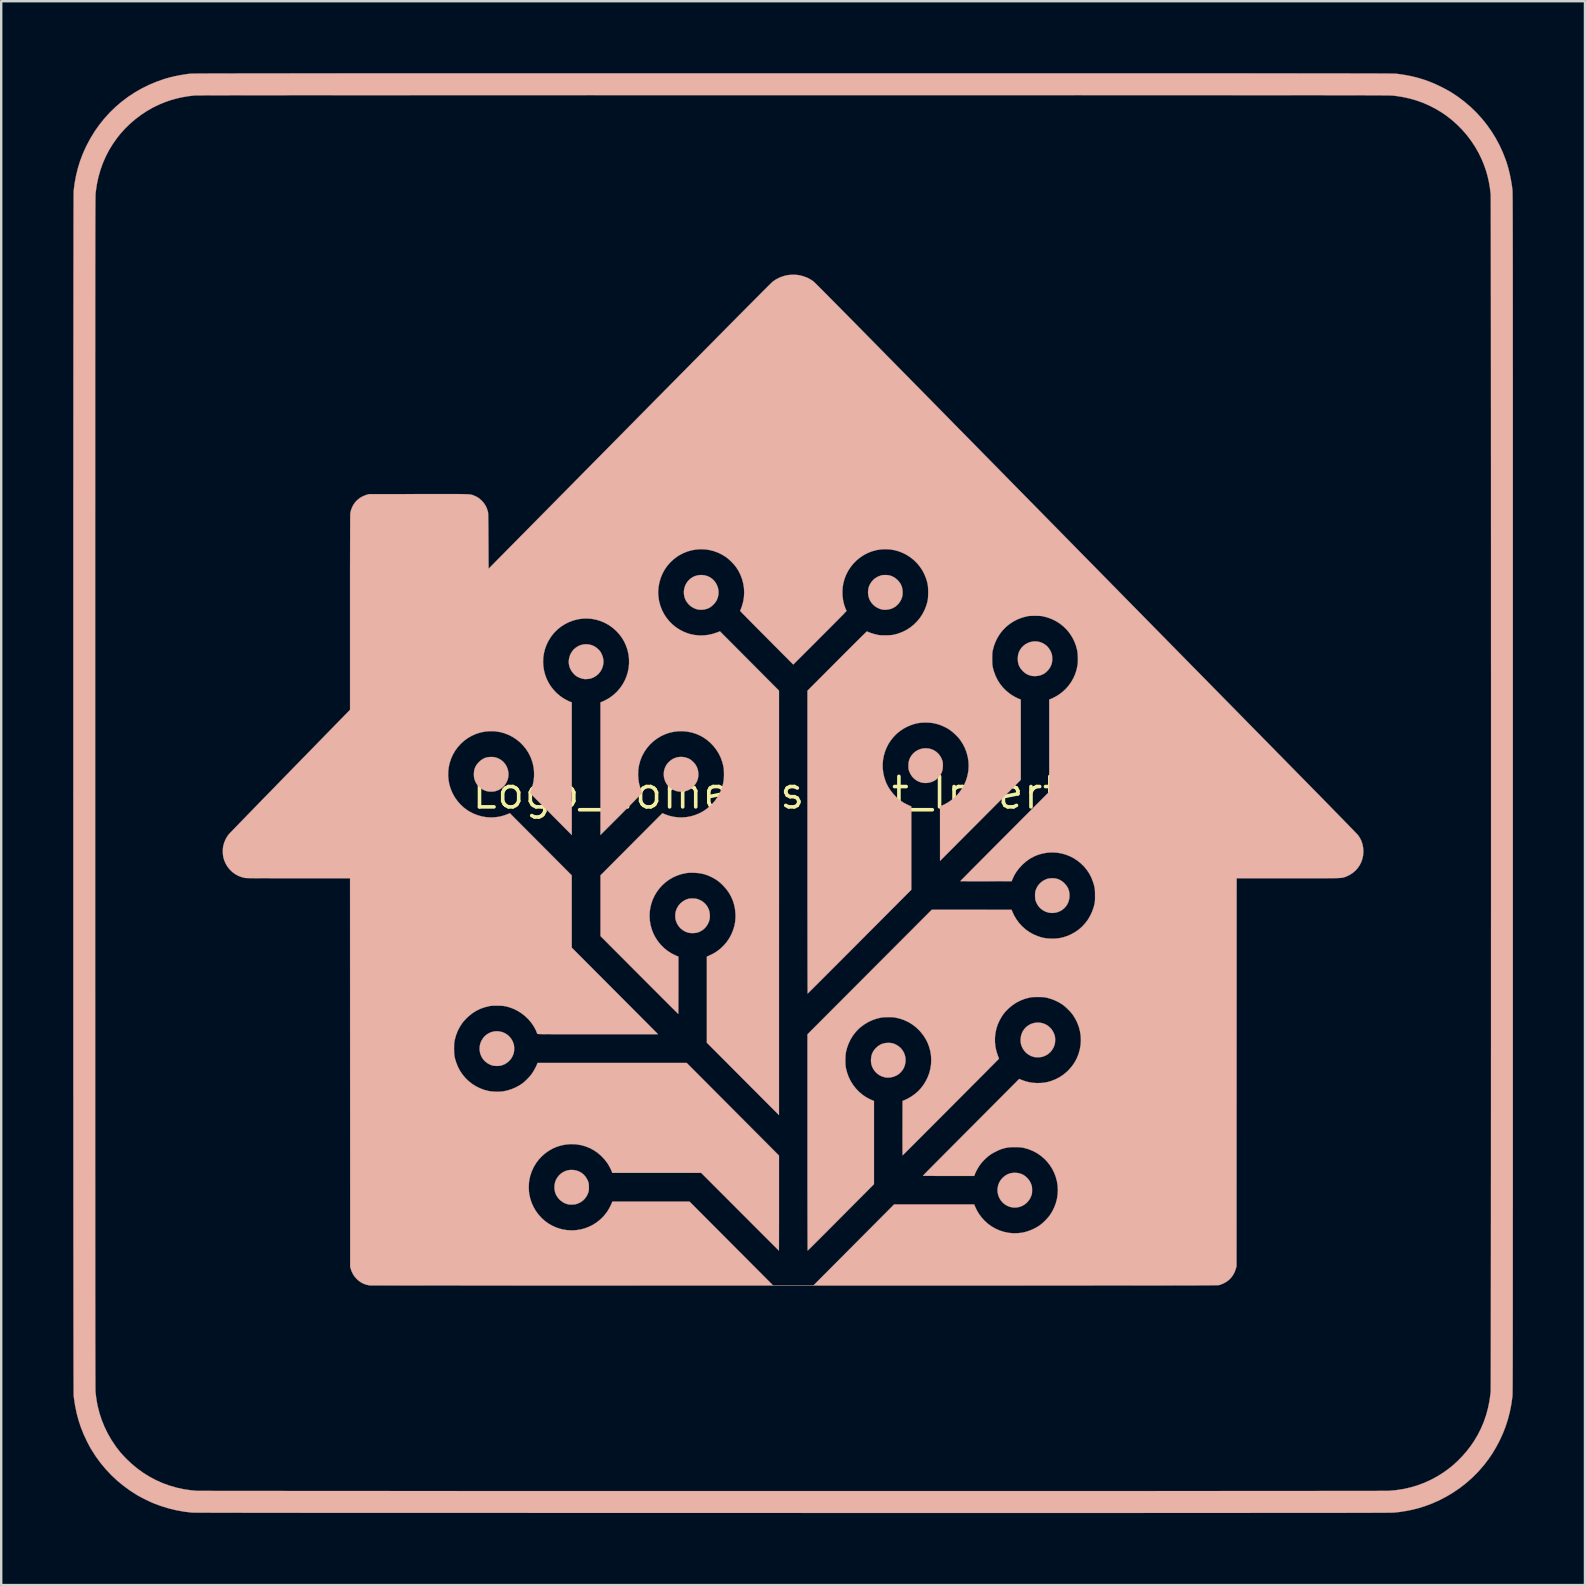
<source format=kicad_pcb>
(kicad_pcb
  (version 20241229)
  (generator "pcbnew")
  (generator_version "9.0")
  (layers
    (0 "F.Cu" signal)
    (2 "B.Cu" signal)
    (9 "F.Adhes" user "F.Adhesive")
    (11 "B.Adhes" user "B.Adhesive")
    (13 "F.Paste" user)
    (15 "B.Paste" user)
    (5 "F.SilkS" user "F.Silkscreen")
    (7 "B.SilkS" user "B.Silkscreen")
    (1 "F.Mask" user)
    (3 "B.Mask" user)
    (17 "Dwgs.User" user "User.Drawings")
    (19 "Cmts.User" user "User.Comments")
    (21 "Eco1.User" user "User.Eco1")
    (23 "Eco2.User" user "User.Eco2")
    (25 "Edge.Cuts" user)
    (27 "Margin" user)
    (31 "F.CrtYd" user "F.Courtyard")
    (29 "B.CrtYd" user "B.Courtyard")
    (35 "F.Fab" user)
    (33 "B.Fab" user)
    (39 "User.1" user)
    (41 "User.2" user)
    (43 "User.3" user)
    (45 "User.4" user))
  (footprint "Logo_HomeAssitant_Inverted"
    (layer "F.Cu")
    (at 29.994 29.993)
    (property "Reference" "Logo_HomeAssitant_Inverted" (at 0 0 0) (layer "F.SilkS") (effects (font (size 1.27 1.27) (thickness 0.15))))
    (attr through_hole)
    (fp_poly (pts (xy -4.506 -1.485) (xy -4.389 -1.45) (xy -4.313 -1.415) (xy -4.259 -1.38) (xy -4.2 -1.332) (xy -4.141 -1.277) (xy -4.089 -1.218) (xy -4.054 -1.17) (xy -3.999 -1.067) (xy -3.962 -0.956) (xy -3.943 -0.839) (xy -3.942 -0.719) (xy -3.96 -0.602) (xy -3.964 -0.588) (xy -4.002 -0.48) (xy -4.059 -0.379) (xy -4.131 -0.288) (xy -4.215 -0.208) (xy -4.311 -0.143) (xy -4.414 -0.095) (xy -4.503 -0.069) (xy -4.588 -0.057) (xy -4.679 -0.054) (xy -4.769 -0.06) (xy -4.845 -0.074) (xy -4.959 -0.115) (xy -5.063 -0.172) (xy -5.154 -0.244) (xy -5.232 -0.329) (xy -5.295 -0.425) (xy -5.342 -0.53) (xy -5.373 -0.643) (xy -5.385 -0.761) (xy -5.378 -0.882) (xy -5.37 -0.929) (xy -5.336 -1.044) (xy -5.284 -1.151) (xy -5.214 -1.248) (xy -5.129 -1.332) (xy -5.029 -1.403) (xy -4.969 -1.436) (xy -4.859 -1.477) (xy -4.743 -1.499) (xy -4.624 -1.501) (xy -4.506 -1.485)) (stroke (width 0.01) (type solid)) (fill yes) (layer "B.SilkS"))
    (fp_poly (pts (xy -12.506 -1.499) (xy -12.408 -1.484) (xy -12.315 -1.455) (xy -12.272 -1.436) (xy -12.163 -1.373) (xy -12.071 -1.298) (xy -11.994 -1.207) (xy -11.931 -1.101) (xy -11.928 -1.095) (xy -11.884 -0.982) (xy -11.86 -0.867) (xy -11.854 -0.752) (xy -11.867 -0.64) (xy -11.897 -0.531) (xy -11.944 -0.429) (xy -12.005 -0.334) (xy -12.081 -0.25) (xy -12.17 -0.178) (xy -12.272 -0.12) (xy -12.385 -0.078) (xy -12.401 -0.073) (xy -12.482 -0.059) (xy -12.572 -0.054) (xy -12.664 -0.058) (xy -12.742 -0.069) (xy -12.844 -0.101) (xy -12.943 -0.152) (xy -13.035 -0.218) (xy -13.117 -0.296) (xy -13.186 -0.384) (xy -13.229 -0.459) (xy -13.262 -0.538) (xy -13.283 -0.615) (xy -13.294 -0.697) (xy -13.297 -0.778) (xy -13.29 -0.895) (xy -13.269 -1) (xy -13.23 -1.095) (xy -13.175 -1.185) (xy -13.099 -1.274) (xy -13.087 -1.286) (xy -13.001 -1.363) (xy -12.915 -1.421) (xy -12.825 -1.462) (xy -12.726 -1.488) (xy -12.615 -1.499) (xy -12.506 -1.499)) (stroke (width 0.01) (type solid)) (fill yes) (layer "B.SilkS"))
    (fp_poly (pts (xy -12.196 9.944) (xy -12.077 9.979) (xy -12.012 10.008) (xy -11.909 10.07) (xy -11.819 10.149) (xy -11.743 10.242) (xy -11.682 10.347) (xy -11.639 10.462) (xy -11.634 10.477) (xy -11.623 10.541) (xy -11.617 10.618) (xy -11.618 10.698) (xy -11.624 10.774) (xy -11.636 10.837) (xy -11.677 10.953) (xy -11.736 11.059) (xy -11.812 11.153) (xy -11.901 11.233) (xy -12.003 11.298) (xy -12.116 11.346) (xy -12.165 11.361) (xy -12.217 11.37) (xy -12.283 11.375) (xy -12.355 11.376) (xy -12.426 11.373) (xy -12.488 11.365) (xy -12.514 11.36) (xy -12.615 11.326) (xy -12.713 11.274) (xy -12.805 11.208) (xy -12.885 11.13) (xy -12.902 11.109) (xy -12.969 11.01) (xy -13.018 10.902) (xy -13.048 10.787) (xy -13.06 10.67) (xy -13.053 10.551) (xy -13.026 10.435) (xy -12.987 10.336) (xy -12.923 10.229) (xy -12.845 10.136) (xy -12.752 10.059) (xy -12.647 9.998) (xy -12.557 9.963) (xy -12.437 9.935) (xy -12.316 9.929) (xy -12.196 9.944)) (stroke (width 0.01) (type solid)) (fill yes) (layer "B.SilkS"))
    (fp_poly (pts (xy 4.062 10.418) (xy 4.139 10.43) (xy 4.214 10.453) (xy 4.292 10.488) (xy 4.395 10.55) (xy 4.485 10.626) (xy 4.559 10.715) (xy 4.619 10.814) (xy 4.661 10.922) (xy 4.686 11.035) (xy 4.693 11.152) (xy 4.681 11.27) (xy 4.652 11.378) (xy 4.618 11.462) (xy 4.574 11.537) (xy 4.517 11.609) (xy 4.476 11.653) (xy 4.43 11.697) (xy 4.388 11.73) (xy 4.342 11.759) (xy 4.296 11.783) (xy 4.183 11.828) (xy 4.068 11.855) (xy 3.954 11.863) (xy 3.845 11.853) (xy 3.842 11.852) (xy 3.72 11.818) (xy 3.609 11.766) (xy 3.51 11.697) (xy 3.423 11.612) (xy 3.351 11.511) (xy 3.317 11.447) (xy 3.281 11.359) (xy 3.26 11.271) (xy 3.251 11.175) (xy 3.252 11.098) (xy 3.265 10.981) (xy 3.293 10.876) (xy 3.337 10.781) (xy 3.4 10.691) (xy 3.465 10.62) (xy 3.556 10.542) (xy 3.653 10.482) (xy 3.757 10.442) (xy 3.87 10.42) (xy 3.974 10.414) (xy 4.062 10.418)) (stroke (width 0.01) (type solid)) (fill yes) (layer "B.SilkS"))
    (fp_poly (pts (xy 10.926 3.561) (xy 11.035 3.587) (xy 11.137 3.631) (xy 11.233 3.695) (xy 11.314 3.767) (xy 11.395 3.859) (xy 11.455 3.956) (xy 11.496 4.058) (xy 11.519 4.17) (xy 11.525 4.276) (xy 11.515 4.401) (xy 11.486 4.519) (xy 11.439 4.628) (xy 11.374 4.727) (xy 11.293 4.814) (xy 11.197 4.887) (xy 11.128 4.926) (xy 11.024 4.968) (xy 10.911 4.994) (xy 10.797 5.002) (xy 10.687 4.993) (xy 10.673 4.991) (xy 10.552 4.957) (xy 10.441 4.905) (xy 10.342 4.835) (xy 10.292 4.79) (xy 10.217 4.702) (xy 10.158 4.601) (xy 10.125 4.526) (xy 10.111 4.485) (xy 10.101 4.448) (xy 10.095 4.41) (xy 10.091 4.363) (xy 10.088 4.307) (xy 10.088 4.221) (xy 10.093 4.15) (xy 10.106 4.085) (xy 10.128 4.021) (xy 10.149 3.972) (xy 10.209 3.864) (xy 10.284 3.773) (xy 10.373 3.695) (xy 10.414 3.667) (xy 10.51 3.614) (xy 10.604 3.578) (xy 10.704 3.559) (xy 10.806 3.553) (xy 10.926 3.561)) (stroke (width 0.01) (type solid)) (fill yes) (layer "B.SilkS"))
    (fp_poly (pts (xy -3.683 -9.069) (xy -3.569 -9.038) (xy -3.469 -8.992) (xy -3.371 -8.926) (xy -3.287 -8.845) (xy -3.217 -8.752) (xy -3.162 -8.649) (xy -3.124 -8.54) (xy -3.104 -8.425) (xy -3.102 -8.309) (xy -3.12 -8.193) (xy -3.121 -8.191) (xy -3.152 -8.091) (xy -3.192 -8.005) (xy -3.247 -7.925) (xy -3.312 -7.852) (xy -3.377 -7.792) (xy -3.437 -7.745) (xy -3.499 -7.709) (xy -3.571 -7.679) (xy -3.602 -7.668) (xy -3.689 -7.646) (xy -3.785 -7.635) (xy -3.882 -7.635) (xy -3.971 -7.646) (xy -3.974 -7.647) (xy -4.017 -7.659) (xy -4.07 -7.678) (xy -4.124 -7.7) (xy -4.148 -7.712) (xy -4.248 -7.772) (xy -4.337 -7.849) (xy -4.413 -7.939) (xy -4.474 -8.04) (xy -4.517 -8.148) (xy -4.524 -8.175) (xy -4.544 -8.296) (xy -4.545 -8.416) (xy -4.526 -8.533) (xy -4.489 -8.644) (xy -4.436 -8.747) (xy -4.366 -8.841) (xy -4.281 -8.923) (xy -4.182 -8.991) (xy -4.144 -9.011) (xy -4.035 -9.053) (xy -3.92 -9.077) (xy -3.801 -9.082) (xy -3.683 -9.069)) (stroke (width 0.01) (type solid)) (fill yes) (layer "B.SilkS"))
    (fp_poly (pts (xy 10.233 -6.302) (xy 10.345 -6.269) (xy 10.381 -6.254) (xy 10.492 -6.192) (xy 10.586 -6.117) (xy 10.665 -6.027) (xy 10.729 -5.923) (xy 10.766 -5.838) (xy 10.781 -5.795) (xy 10.791 -5.758) (xy 10.797 -5.717) (xy 10.801 -5.667) (xy 10.803 -5.625) (xy 10.803 -5.535) (xy 10.796 -5.457) (xy 10.78 -5.385) (xy 10.753 -5.312) (xy 10.73 -5.26) (xy 10.684 -5.184) (xy 10.623 -5.107) (xy 10.552 -5.037) (xy 10.477 -4.979) (xy 10.428 -4.95) (xy 10.322 -4.906) (xy 10.207 -4.878) (xy 10.089 -4.868) (xy 9.973 -4.875) (xy 9.898 -4.89) (xy 9.802 -4.922) (xy 9.716 -4.967) (xy 9.634 -5.027) (xy 9.577 -5.08) (xy 9.499 -5.168) (xy 9.44 -5.26) (xy 9.399 -5.357) (xy 9.376 -5.464) (xy 9.368 -5.582) (xy 9.369 -5.629) (xy 9.381 -5.748) (xy 9.41 -5.855) (xy 9.456 -5.953) (xy 9.522 -6.046) (xy 9.585 -6.114) (xy 9.676 -6.189) (xy 9.778 -6.247) (xy 9.887 -6.288) (xy 10.001 -6.311) (xy 10.118 -6.316) (xy 10.233 -6.302)) (stroke (width 0.01) (type solid)) (fill yes) (layer "B.SilkS"))
    (fp_poly (pts (xy 9.369 15.837) (xy 9.482 15.864) (xy 9.587 15.909) (xy 9.683 15.973) (xy 9.774 16.056) (xy 9.776 16.059) (xy 9.852 16.154) (xy 9.909 16.258) (xy 9.94 16.341) (xy 9.95 16.38) (xy 9.958 16.416) (xy 9.962 16.457) (xy 9.964 16.509) (xy 9.964 16.558) (xy 9.963 16.617) (xy 9.961 16.661) (xy 9.957 16.696) (xy 9.95 16.729) (xy 9.939 16.765) (xy 9.931 16.786) (xy 9.881 16.898) (xy 9.815 16.998) (xy 9.735 17.084) (xy 9.644 17.156) (xy 9.542 17.213) (xy 9.433 17.253) (xy 9.318 17.275) (xy 9.199 17.277) (xy 9.148 17.272) (xy 9.03 17.246) (xy 8.922 17.202) (xy 8.824 17.142) (xy 8.738 17.068) (xy 8.665 16.983) (xy 8.605 16.887) (xy 8.561 16.783) (xy 8.533 16.673) (xy 8.523 16.558) (xy 8.531 16.441) (xy 8.557 16.331) (xy 8.598 16.228) (xy 8.654 16.135) (xy 8.728 16.048) (xy 8.742 16.033) (xy 8.836 15.954) (xy 8.937 15.894) (xy 9.045 15.853) (xy 9.162 15.832) (xy 9.245 15.828) (xy 9.369 15.837)) (stroke (width 0.01) (type solid)) (fill yes) (layer "B.SilkS"))
    (fp_poly (pts (xy 10.302 9.575) (xy 10.416 9.6) (xy 10.524 9.643) (xy 10.624 9.702) (xy 10.713 9.778) (xy 10.79 9.867) (xy 10.851 9.97) (xy 10.853 9.975) (xy 10.875 10.023) (xy 10.895 10.073) (xy 10.909 10.114) (xy 10.913 10.128) (xy 10.921 10.185) (xy 10.926 10.254) (xy 10.925 10.328) (xy 10.92 10.4) (xy 10.911 10.461) (xy 10.907 10.477) (xy 10.865 10.593) (xy 10.806 10.698) (xy 10.732 10.792) (xy 10.643 10.872) (xy 10.543 10.936) (xy 10.432 10.983) (xy 10.386 10.996) (xy 10.323 11.008) (xy 10.249 11.015) (xy 10.173 11.016) (xy 10.102 11.012) (xy 10.044 11.003) (xy 10.038 11.002) (xy 9.915 10.959) (xy 9.807 10.9) (xy 9.712 10.826) (xy 9.632 10.736) (xy 9.567 10.632) (xy 9.561 10.62) (xy 9.521 10.528) (xy 9.497 10.44) (xy 9.486 10.349) (xy 9.486 10.255) (xy 9.502 10.132) (xy 9.537 10.017) (xy 9.589 9.911) (xy 9.658 9.817) (xy 9.741 9.735) (xy 9.838 9.668) (xy 9.947 9.616) (xy 10.065 9.583) (xy 10.184 9.569) (xy 10.302 9.575)) (stroke (width 0.01) (type solid)) (fill yes) (layer "B.SilkS"))
    (fp_poly (pts (xy 5.653 -1.853) (xy 5.769 -1.823) (xy 5.877 -1.776) (xy 5.976 -1.711) (xy 6.062 -1.631) (xy 6.135 -1.537) (xy 6.193 -1.429) (xy 6.219 -1.36) (xy 6.232 -1.317) (xy 6.241 -1.279) (xy 6.245 -1.237) (xy 6.248 -1.186) (xy 6.248 -1.148) (xy 6.243 -1.032) (xy 6.224 -0.929) (xy 6.19 -0.835) (xy 6.139 -0.748) (xy 6.07 -0.662) (xy 6.038 -0.629) (xy 5.992 -0.583) (xy 5.953 -0.55) (xy 5.918 -0.524) (xy 5.878 -0.502) (xy 5.852 -0.489) (xy 5.735 -0.444) (xy 5.614 -0.419) (xy 5.494 -0.414) (xy 5.374 -0.429) (xy 5.358 -0.433) (xy 5.241 -0.472) (xy 5.135 -0.529) (xy 5.04 -0.603) (xy 4.959 -0.691) (xy 4.893 -0.793) (xy 4.843 -0.906) (xy 4.84 -0.915) (xy 4.827 -0.956) (xy 4.819 -0.993) (xy 4.814 -1.032) (xy 4.812 -1.081) (xy 4.811 -1.132) (xy 4.814 -1.23) (xy 4.827 -1.314) (xy 4.85 -1.393) (xy 4.884 -1.471) (xy 4.947 -1.572) (xy 5.025 -1.661) (xy 5.117 -1.735) (xy 5.22 -1.793) (xy 5.331 -1.835) (xy 5.449 -1.858) (xy 5.53 -1.863) (xy 5.653 -1.853)) (stroke (width 0.01) (type solid)) (fill yes) (layer "B.SilkS"))
    (fp_poly (pts (xy 3.88 -9.081) (xy 3.946 -9.077) (xy 4.003 -9.07) (xy 4.027 -9.065) (xy 4.141 -9.025) (xy 4.247 -8.965) (xy 4.343 -8.887) (xy 4.355 -8.875) (xy 4.434 -8.787) (xy 4.493 -8.697) (xy 4.534 -8.601) (xy 4.559 -8.495) (xy 4.569 -8.397) (xy 4.569 -8.293) (xy 4.557 -8.2) (xy 4.532 -8.113) (xy 4.498 -8.035) (xy 4.432 -7.928) (xy 4.353 -7.836) (xy 4.262 -7.76) (xy 4.159 -7.701) (xy 4.046 -7.66) (xy 3.926 -7.639) (xy 3.884 -7.636) (xy 3.838 -7.634) (xy 3.798 -7.634) (xy 3.77 -7.635) (xy 3.762 -7.636) (xy 3.74 -7.641) (xy 3.706 -7.648) (xy 3.683 -7.653) (xy 3.647 -7.662) (xy 3.601 -7.679) (xy 3.551 -7.7) (xy 3.527 -7.711) (xy 3.426 -7.771) (xy 3.337 -7.847) (xy 3.261 -7.938) (xy 3.2 -8.04) (xy 3.169 -8.116) (xy 3.138 -8.236) (xy 3.127 -8.358) (xy 3.137 -8.479) (xy 3.166 -8.597) (xy 3.201 -8.68) (xy 3.264 -8.785) (xy 3.343 -8.877) (xy 3.436 -8.954) (xy 3.541 -9.015) (xy 3.657 -9.059) (xy 3.702 -9.071) (xy 3.751 -9.078) (xy 3.813 -9.081) (xy 3.88 -9.081)) (stroke (width 0.01) (type solid)) (fill yes) (layer "B.SilkS"))
    (fp_poly (pts (xy -9.131 15.713) (xy -9.012 15.737) (xy -8.902 15.779) (xy -8.801 15.838) (xy -8.711 15.914) (xy -8.634 16.006) (xy -8.571 16.111) (xy -8.532 16.202) (xy -8.521 16.237) (xy -8.513 16.268) (xy -8.508 16.3) (xy -8.505 16.34) (xy -8.504 16.392) (xy -8.504 16.431) (xy -8.504 16.491) (xy -8.506 16.536) (xy -8.509 16.572) (xy -8.515 16.602) (xy -8.524 16.634) (xy -8.536 16.67) (xy -8.588 16.785) (xy -8.656 16.887) (xy -8.739 16.975) (xy -8.837 17.047) (xy -8.947 17.103) (xy -8.991 17.119) (xy -9.036 17.133) (xy -9.077 17.143) (xy -9.123 17.148) (xy -9.18 17.151) (xy -9.197 17.151) (xy -9.248 17.152) (xy -9.294 17.152) (xy -9.328 17.15) (xy -9.345 17.149) (xy -9.463 17.116) (xy -9.573 17.064) (xy -9.674 16.992) (xy -9.733 16.939) (xy -9.813 16.845) (xy -9.873 16.744) (xy -9.914 16.636) (xy -9.936 16.518) (xy -9.941 16.431) (xy -9.931 16.306) (xy -9.902 16.188) (xy -9.853 16.079) (xy -9.785 15.978) (xy -9.756 15.944) (xy -9.664 15.858) (xy -9.563 15.792) (xy -9.454 15.745) (xy -9.335 15.716) (xy -9.255 15.709) (xy -9.131 15.713)) (stroke (width 0.01) (type solid)) (fill yes) (layer "B.SilkS"))
    (fp_poly (pts (xy -4.125 4.399) (xy -4.078 4.401) (xy -4.041 4.406) (xy -4.006 4.414) (xy -3.967 4.425) (xy -3.963 4.427) (xy -3.849 4.475) (xy -3.747 4.538) (xy -3.66 4.616) (xy -3.613 4.671) (xy -3.55 4.767) (xy -3.505 4.863) (xy -3.477 4.964) (xy -3.464 5.076) (xy -3.464 5.08) (xy -3.464 5.179) (xy -3.475 5.267) (xy -3.499 5.353) (xy -3.538 5.443) (xy -3.541 5.45) (xy -3.604 5.553) (xy -3.683 5.643) (xy -3.776 5.72) (xy -3.882 5.78) (xy -3.949 5.808) (xy -4.019 5.826) (xy -4.102 5.837) (xy -4.19 5.841) (xy -4.275 5.837) (xy -4.352 5.825) (xy -4.367 5.822) (xy -4.483 5.78) (xy -4.589 5.72) (xy -4.683 5.644) (xy -4.763 5.555) (xy -4.827 5.452) (xy -4.874 5.338) (xy -4.885 5.302) (xy -4.899 5.228) (xy -4.905 5.143) (xy -4.902 5.055) (xy -4.893 4.974) (xy -4.88 4.921) (xy -4.833 4.802) (xy -4.77 4.695) (xy -4.691 4.602) (xy -4.597 4.524) (xy -4.491 4.462) (xy -4.414 4.43) (xy -4.375 4.417) (xy -4.341 4.408) (xy -4.309 4.402) (xy -4.271 4.399) (xy -4.221 4.398) (xy -4.186 4.398) (xy -4.125 4.399)) (stroke (width 0.01) (type solid)) (fill yes) (layer "B.SilkS"))
    (fp_poly (pts (xy -8.542 -6.193) (xy -8.531 -6.191) (xy -8.416 -6.168) (xy -8.313 -6.129) (xy -8.218 -6.074) (xy -8.127 -5.999) (xy -8.106 -5.979) (xy -8.062 -5.933) (xy -8.029 -5.891) (xy -8 -5.845) (xy -7.976 -5.799) (xy -7.929 -5.68) (xy -7.902 -5.562) (xy -7.896 -5.444) (xy -7.912 -5.326) (xy -7.948 -5.207) (xy -7.976 -5.144) (xy -8.037 -5.043) (xy -8.114 -4.953) (xy -8.205 -4.877) (xy -8.307 -4.816) (xy -8.418 -4.772) (xy -8.435 -4.767) (xy -8.471 -4.76) (xy -8.519 -4.753) (xy -8.572 -4.748) (xy -8.624 -4.745) (xy -8.669 -4.744) (xy -8.7 -4.746) (xy -8.705 -4.747) (xy -8.727 -4.752) (xy -8.761 -4.759) (xy -8.784 -4.763) (xy -8.819 -4.773) (xy -8.866 -4.79) (xy -8.916 -4.811) (xy -8.942 -4.823) (xy -8.994 -4.849) (xy -9.035 -4.875) (xy -9.074 -4.906) (xy -9.118 -4.947) (xy -9.128 -4.957) (xy -9.21 -5.053) (xy -9.272 -5.156) (xy -9.316 -5.266) (xy -9.339 -5.382) (xy -9.343 -5.5) (xy -9.327 -5.62) (xy -9.29 -5.74) (xy -9.264 -5.798) (xy -9.204 -5.898) (xy -9.128 -5.988) (xy -9.037 -6.064) (xy -8.934 -6.125) (xy -8.864 -6.155) (xy -8.76 -6.183) (xy -8.65 -6.196) (xy -8.542 -6.193)) (stroke (width 0.01) (type solid)) (fill yes) (layer "B.SilkS"))
    (fp_poly (pts (xy 0.886 -29.988) (xy 1.747 -29.988) (xy 2.586 -29.988) (xy 3.405 -29.988) (xy 4.204 -29.988) (xy 4.984 -29.988) (xy 5.743 -29.988) (xy 6.483 -29.988) (xy 7.204 -29.988) (xy 7.906 -29.988) (xy 8.589 -29.988) (xy 9.254 -29.988) (xy 9.901 -29.988) (xy 10.53 -29.988) (xy 11.142 -29.988) (xy 11.736 -29.988) (xy 12.312 -29.988) (xy 12.872 -29.988) (xy 13.416 -29.988) (xy 13.943 -29.987) (xy 14.453 -29.987) (xy 14.948 -29.987) (xy 15.428 -29.987) (xy 15.892 -29.987) (xy 16.341 -29.987) (xy 16.775 -29.987) (xy 17.194 -29.987) (xy 17.599 -29.987) (xy 17.99 -29.987) (xy 18.368 -29.987) (xy 18.731 -29.987) (xy 19.081 -29.986) (xy 19.419 -29.986) (xy 19.743 -29.986) (xy 20.055 -29.986) (xy 20.354 -29.986) (xy 20.641 -29.986) (xy 20.917 -29.986) (xy 21.181 -29.985) (xy 21.433 -29.985) (xy 21.675 -29.985) (xy 21.906 -29.985) (xy 22.126 -29.985) (xy 22.336 -29.985) (xy 22.536 -29.984) (xy 22.726 -29.984) (xy 22.906 -29.984) (xy 23.077 -29.984) (xy 23.239 -29.983) (xy 23.393 -29.983) (xy 23.538 -29.983) (xy 23.674 -29.982) (xy 23.802 -29.982) (xy 23.923 -29.982) (xy 24.036 -29.982) (xy 24.142 -29.981) (xy 24.241 -29.981) (xy 24.333 -29.981) (xy 24.419 -29.98) (xy 24.498 -29.98) (xy 24.571 -29.979) (xy 24.639 -29.979) (xy 24.701 -29.979) (xy 24.757 -29.978) (xy 24.809 -29.978) (xy 24.856 -29.977) (xy 24.899 -29.977) (xy 24.937 -29.976) (xy 24.971 -29.976) (xy 25.002 -29.975) (xy 25.029 -29.975) (xy 25.052 -29.974) (xy 25.073 -29.974) (xy 25.091 -29.973) (xy 25.107 -29.972) (xy 25.12 -29.972) (xy 25.132 -29.971) (xy 25.141 -29.971) (xy 25.149 -29.97) (xy 25.156 -29.969) (xy 25.162 -29.969) (xy 25.461 -29.926) (xy 25.744 -29.873) (xy 26.016 -29.807) (xy 26.28 -29.728) (xy 26.539 -29.635) (xy 26.796 -29.526) (xy 27.019 -29.42) (xy 27.098 -29.38) (xy 27.18 -29.336) (xy 27.262 -29.291) (xy 27.338 -29.249) (xy 27.402 -29.212) (xy 27.428 -29.196) (xy 27.711 -29.009) (xy 27.981 -28.805) (xy 28.237 -28.587) (xy 28.477 -28.354) (xy 28.703 -28.107) (xy 28.912 -27.847) (xy 29.105 -27.575) (xy 29.281 -27.29) (xy 29.44 -26.995) (xy 29.581 -26.689) (xy 29.703 -26.373) (xy 29.739 -26.268) (xy 29.804 -26.052) (xy 29.862 -25.821) (xy 29.913 -25.579) (xy 29.955 -25.331) (xy 29.979 -25.151) (xy 29.98 -25.145) (xy 29.981 -25.138) (xy 29.981 -25.13) (xy 29.982 -25.12) (xy 29.983 -25.109) (xy 29.983 -25.095) (xy 29.984 -25.079) (xy 29.984 -25.061) (xy 29.985 -25.04) (xy 29.985 -25.016) (xy 29.986 -24.989) (xy 29.986 -24.958) (xy 29.987 -24.923) (xy 29.987 -24.885) (xy 29.988 -24.842) (xy 29.988 -24.794) (xy 29.989 -24.742) (xy 29.989 -24.685) (xy 29.99 -24.622) (xy 29.99 -24.554) (xy 29.99 -24.481) (xy 29.991 -24.401) (xy 29.991 -24.315) (xy 29.991 -24.222) (xy 29.992 -24.122) (xy 29.992 -24.016) (xy 29.992 -23.902) (xy 29.993 -23.781) (xy 29.993 -23.652) (xy 29.993 -23.514) (xy 29.994 -23.369) (xy 29.994 -23.215) (xy 29.994 -23.052) (xy 29.994 -22.88) (xy 29.995 -22.698) (xy 29.995 -22.508) (xy 29.995 -22.307) (xy 29.995 -22.096) (xy 29.996 -21.875) (xy 29.996 -21.643) (xy 29.996 -21.401) (xy 29.996 -21.147) (xy 29.996 -20.882) (xy 29.996 -20.605) (xy 29.997 -20.317) (xy 29.997 -20.016) (xy 29.997 -19.704) (xy 29.997 -19.378) (xy 29.997 -19.04) (xy 29.997 -18.688) (xy 29.997 -18.324) (xy 29.997 -17.945) (xy 29.998 -17.553) (xy 29.998 -17.146) (xy 29.998 -16.726) (xy 29.998 -16.29) (xy 29.998 -15.84) (xy 29.998 -15.375) (xy 29.998 -14.894) (xy 29.998 -14.397) (xy 29.998 -13.885) (xy 29.998 -13.356) (xy 29.998 -12.812) (xy 29.998 -12.25) (xy 29.998 -11.672) (xy 29.998 -11.076) (xy 29.998 -10.463) (xy 29.998 -9.833) (xy 29.998 -9.184) (xy 29.998 -8.517) (xy 29.998 -7.832) (xy 29.998 -7.129) (xy 29.998 -6.406) (xy 29.998 -5.664) (xy 29.998 -4.903) (xy 29.998 -4.122) (xy 29.998 -3.321) (xy 29.998 -2.5) (xy 29.998 -1.659) (xy 29.998 -0.796) (xy 29.998 0) (xy 29.998 0.881) (xy 29.998 1.742) (xy 29.998 2.582) (xy 29.998 3.401) (xy 29.998 4.2) (xy 29.998 4.98) (xy 29.998 5.739) (xy 29.998 6.48) (xy 29.998 7.201) (xy 29.998 7.903) (xy 29.998 8.586) (xy 29.998 9.252) (xy 29.998 9.899) (xy 29.998 10.528) (xy 29.998 11.139) (xy 29.998 11.734) (xy 29.998 12.311) (xy 29.998 12.871) (xy 29.998 13.414) (xy 29.998 13.941) (xy 29.998 14.453) (xy 29.998 14.948) (xy 29.998 15.427) (xy 29.998 15.891) (xy 29.998 16.341) (xy 29.998 16.775) (xy 29.998 17.194) (xy 29.997 17.6) (xy 29.997 17.991) (xy 29.997 18.368) (xy 29.997 18.732) (xy 29.997 19.082) (xy 29.997 19.419) (xy 29.997 19.744) (xy 29.997 20.056) (xy 29.996 20.355) (xy 29.996 20.643) (xy 29.996 20.918) (xy 29.996 21.182) (xy 29.996 21.435) (xy 29.996 21.677) (xy 29.995 21.907) (xy 29.995 22.128) (xy 29.995 22.338) (xy 29.995 22.537) (xy 29.995 22.728) (xy 29.994 22.908) (xy 29.994 23.079) (xy 29.994 23.241) (xy 29.994 23.395) (xy 29.993 23.539) (xy 29.993 23.676) (xy 29.993 23.804) (xy 29.992 23.925) (xy 29.992 24.038) (xy 29.992 24.144) (xy 29.991 24.243) (xy 29.991 24.335) (xy 29.991 24.42) (xy 29.99 24.499) (xy 29.99 24.572) (xy 29.989 24.64) (xy 29.989 24.702) (xy 29.989 24.758) (xy 29.988 24.81) (xy 29.988 24.857) (xy 29.987 24.899) (xy 29.987 24.937) (xy 29.986 24.971) (xy 29.986 25.001) (xy 29.985 25.028) (xy 29.985 25.052) (xy 29.984 25.072) (xy 29.984 25.09) (xy 29.983 25.105) (xy 29.982 25.118) (xy 29.982 25.129) (xy 29.981 25.139) (xy 29.981 25.146) (xy 29.98 25.153) (xy 29.98 25.155) (xy 29.933 25.486) (xy 29.869 25.805) (xy 29.789 26.114) (xy 29.691 26.415) (xy 29.575 26.71) (xy 29.442 26.998) (xy 29.298 27.269) (xy 29.146 27.523) (xy 28.981 27.765) (xy 28.802 27.999) (xy 28.606 28.227) (xy 28.538 28.301) (xy 28.305 28.535) (xy 28.056 28.755) (xy 27.795 28.959) (xy 27.52 29.147) (xy 27.235 29.318) (xy 26.94 29.472) (xy 26.636 29.607) (xy 26.325 29.723) (xy 26.055 29.807) (xy 25.813 29.868) (xy 25.558 29.919) (xy 25.299 29.96) (xy 25.051 29.988) (xy 25.043 29.988) (xy 25.032 29.989) (xy 25.017 29.989) (xy 24.999 29.99) (xy 24.978 29.99) (xy 24.952 29.991) (xy 24.922 29.991) (xy 24.888 29.992) (xy 24.849 29.992) (xy 24.805 29.993) (xy 24.756 29.993) (xy 24.701 29.994) (xy 24.641 29.994) (xy 24.574 29.994) (xy 24.502 29.995) (xy 24.423 29.995) (xy 24.337 29.995) (xy 24.244 29.996) (xy 24.144 29.996) (xy 24.037 29.997) (xy 23.922 29.997) (xy 23.798 29.997) (xy 23.667 29.997) (xy 23.527 29.998) (xy 23.379 29.998) (xy 23.222 29.998) (xy 23.055 29.999) (xy 22.879 29.999) (xy 22.693 29.999) (xy 22.498 29.999) (xy 22.292 30) (xy 22.075 30) (xy 21.848 30) (xy 21.611 30) (xy 21.362 30) (xy 21.101 30.001) (xy 20.829 30.001) (xy 20.545 30.001) (xy 20.249 30.001) (xy 19.94 30.001) (xy 19.619 30.001) (xy 19.285 30.001) (xy 18.937 30.002) (xy 18.577 30.002) (xy 18.202 30.002) (xy 17.814 30.002) (xy 17.411 30.002) (xy 16.995 30.002) (xy 16.563 30.002) (xy 16.117 30.002) (xy 15.655 30.002) (xy 15.178 30.002) (xy 14.686 30.002) (xy 14.177 30.003) (xy 13.653 30.003) (xy 13.112 30.003) (xy 12.554 30.003) (xy 11.98 30.003) (xy 11.389 30.003) (xy 10.78 30.003) (xy 10.153 30.003) (xy 9.509 30.003) (xy 8.846 30.003) (xy 8.166 30.003) (xy 7.466 30.003) (xy 6.748 30.003) (xy 6.011 30.003) (xy 5.254 30.003) (xy 4.478 30.003) (xy 3.681 30.003) (xy 2.865 30.003) (xy 2.029 30.003) (xy 1.171 30.003) (xy 0.293 30.002) (xy -0.016 30.002) (xy -0.913 30.002) (xy -1.789 30.002) (xy -2.645 30.002) (xy -3.48 30.002) (xy -4.295 30.002) (xy -5.09 30.002) (xy -5.865 30.002) (xy -6.621 30.002) (xy -7.357 30.002) (xy -8.075 30.002) (xy -8.773 30.002) (xy -9.453 30.002) (xy -10.114 30.002) (xy -10.758 30.002) (xy -11.383 30.001) (xy -11.991 30.001) (xy -12.581 30.001) (xy -13.155 30.001) (xy -13.711 30.001) (xy -14.25 30.001) (xy -14.773 30.001) (xy -15.28 30.001) (xy -15.771 30.001) (xy -16.246 30.001) (xy -16.705 30) (xy -17.149 30) (xy -17.578 30) (xy -17.992 30) (xy -18.392 30) (xy -18.777 30) (xy -19.147 29.999) (xy -19.504 29.999) (xy -19.848 29.999) (xy -20.178 29.999) (xy -20.494 29.999) (xy -20.798 29.998) (xy -21.089 29.998) (xy -21.367 29.998) (xy -21.633 29.998) (xy -21.887 29.998) (xy -22.129 29.997) (xy -22.36 29.997) (xy -22.579 29.997) (xy -22.787 29.997) (xy -22.984 29.996) (xy -23.171 29.996) (xy -23.347 29.996) (xy -23.513 29.995) (xy -23.669 29.995) (xy -23.815 29.995) (xy -23.952 29.994) (xy -24.079 29.994) (xy -24.198 29.994) (xy -24.308 29.993) (xy -24.409 29.993) (xy -24.502 29.993) (xy -24.586 29.992) (xy -24.663 29.992) (xy -24.733 29.991) (xy -24.795 29.991) (xy -24.849 29.991) (xy -24.897 29.99) (xy -24.938 29.99) (xy -24.973 29.989) (xy -25.002 29.989) (xy -25.024 29.988) (xy -25.041 29.988) (xy -25.052 29.987) (xy -25.056 29.987) (xy -25.382 29.948) (xy -25.709 29.888) (xy -26.034 29.808) (xy -26.354 29.709) (xy -26.617 29.611) (xy -26.691 29.581) (xy -26.778 29.541) (xy -26.874 29.496) (xy -26.975 29.447) (xy -27.075 29.397) (xy -27.171 29.347) (xy -27.257 29.301) (xy -27.328 29.26) (xy -27.338 29.255) (xy -27.628 29.069) (xy -27.904 28.868) (xy -28.165 28.652) (xy -28.411 28.421) (xy -28.642 28.174) (xy -28.858 27.914) (xy -29.059 27.638) (xy -29.244 27.348) (xy -29.271 27.302) (xy -29.305 27.241) (xy -29.342 27.171) (xy -29.381 27.096) (xy -29.419 27.022) (xy -29.431 26.998) (xy -29.563 26.714) (xy -29.677 26.426) (xy -29.773 26.133) (xy -29.853 25.832) (xy -29.916 25.521) (xy -29.964 25.198) (xy -29.974 25.109) (xy -29.975 25.094) (xy -29.975 25.058) (xy -29.976 25.001) (xy -29.976 24.924) (xy -29.977 24.828) (xy -29.977 24.712) (xy -29.977 24.577) (xy -29.978 24.424) (xy -29.978 24.252) (xy -29.979 24.062) (xy -29.979 23.855) (xy -29.98 23.631) (xy -29.98 23.389) (xy -29.98 23.131) (xy -29.981 22.857) (xy -29.981 22.567) (xy -29.982 22.262) (xy -29.982 21.941) (xy -29.982 21.606) (xy -29.983 21.256) (xy -29.983 20.892) (xy -29.983 20.515) (xy -29.984 20.124) (xy -29.984 19.721) (xy -29.984 19.305) (xy -29.985 18.876) (xy -29.985 18.436) (xy -29.985 17.984) (xy -29.985 17.521) (xy -29.986 17.047) (xy -29.986 16.563) (xy -29.986 16.068) (xy -29.986 15.564) (xy -29.987 15.05) (xy -29.987 14.528) (xy -29.987 13.996) (xy -29.987 13.457) (xy -29.987 12.909) (xy -29.988 12.354) (xy -29.988 11.792) (xy -29.988 11.222) (xy -29.988 10.646) (xy -29.988 10.064) (xy -29.988 9.476) (xy -29.989 8.883) (xy -29.989 8.285) (xy -29.989 7.682) (xy -29.989 7.074) (xy -29.989 6.462) (xy -29.989 5.847) (xy -29.989 5.228) (xy -29.989 4.607) (xy -29.989 3.983) (xy -29.989 3.356) (xy -29.989 2.728) (xy -29.989 2.098) (xy -29.989 1.467) (xy -29.989 0.835) (xy -29.989 0.203) (xy -29.989 -0.43) (xy -29.989 -0.713) (xy -29.078 -0.713) (xy -29.078 0) (xy -29.078 0.901) (xy -29.078 1.782) (xy -29.078 2.641) (xy -29.078 3.481) (xy -29.078 4.299) (xy -29.078 5.098) (xy -29.078 5.877) (xy -29.078 6.637) (xy -29.078 7.377) (xy -29.078 8.098) (xy -29.077 8.8) (xy -29.077 9.484) (xy -29.077 10.149) (xy -29.077 10.796) (xy -29.077 11.424) (xy -29.077 12.035) (xy -29.077 12.629) (xy -29.077 13.205) (xy -29.077 13.764) (xy -29.077 14.307) (xy -29.077 14.832) (xy -29.077 15.342) (xy -29.077 15.835) (xy -29.076 16.312) (xy -29.076 16.773) (xy -29.076 17.219) (xy -29.076 17.65) (xy -29.076 18.065) (xy -29.076 18.466) (xy -29.076 18.852) (xy -29.075 19.224) (xy -29.075 19.582) (xy -29.075 19.926) (xy -29.075 20.256) (xy -29.075 20.573) (xy -29.075 20.876) (xy -29.074 21.167) (xy -29.074 21.445) (xy -29.074 21.71) (xy -29.074 21.963) (xy -29.073 22.204) (xy -29.073 22.433) (xy -29.073 22.65) (xy -29.073 22.856) (xy -29.072 23.051) (xy -29.072 23.234) (xy -29.072 23.408) (xy -29.071 23.57) (xy -29.071 23.722) (xy -29.071 23.865) (xy -29.071 23.997) (xy -29.07 24.12) (xy -29.07 24.234) (xy -29.069 24.338) (xy -29.069 24.433) (xy -29.069 24.52) (xy -29.068 24.599) (xy -29.068 24.669) (xy -29.068 24.731) (xy -29.067 24.785) (xy -29.067 24.832) (xy -29.066 24.872) (xy -29.066 24.904) (xy -29.065 24.929) (xy -29.065 24.948) (xy -29.064 24.961) (xy -29.064 24.966) (xy -29.044 25.137) (xy -29.02 25.302) (xy -28.994 25.454) (xy -28.976 25.543) (xy -28.9 25.842) (xy -28.804 26.134) (xy -28.689 26.418) (xy -28.555 26.693) (xy -28.402 26.959) (xy -28.231 27.215) (xy -28.191 27.269) (xy -28.123 27.359) (xy -28.06 27.439) (xy -27.998 27.513) (xy -27.932 27.586) (xy -27.859 27.664) (xy -27.778 27.748) (xy -27.553 27.961) (xy -27.316 28.157) (xy -27.068 28.336) (xy -26.81 28.496) (xy -26.542 28.638) (xy -26.265 28.761) (xy -25.98 28.865) (xy -25.687 28.95) (xy -25.388 29.015) (xy -25.083 29.06) (xy -24.822 29.082) (xy -24.806 29.082) (xy -24.769 29.083) (xy -24.711 29.083) (xy -24.633 29.083) (xy -24.536 29.084) (xy -24.419 29.084) (xy -24.283 29.084) (xy -24.128 29.085) (xy -23.955 29.085) (xy -23.765 29.085) (xy -23.556 29.085) (xy -23.331 29.086) (xy -23.088 29.086) (xy -22.83 29.086) (xy -22.554 29.086) (xy -22.264 29.087) (xy -21.957 29.087) (xy -21.636 29.087) (xy -21.3 29.087) (xy -20.95 29.088) (xy -20.586 29.088) (xy -20.208 29.088) (xy -19.817 29.088) (xy -19.413 29.089) (xy -18.996 29.089) (xy -18.567 29.089) (xy -18.127 29.089) (xy -17.674 29.089) (xy -17.211 29.089) (xy -16.737 29.09) (xy -16.253 29.09) (xy -15.759 29.09) (xy -15.255 29.09) (xy -14.742 29.09) (xy -14.219 29.09) (xy -13.688 29.091) (xy -13.149 29.091) (xy -12.602 29.091) (xy -12.048 29.091) (xy -11.487 29.091) (xy -10.918 29.091) (xy -10.343 29.091) (xy -9.763 29.091) (xy -9.176 29.091) (xy -8.584 29.092) (xy -7.987 29.092) (xy -7.386 29.092) (xy -6.78 29.092) (xy -6.17 29.092) (xy -5.557 29.092) (xy -4.94 29.092) (xy -4.321 29.092) (xy -3.699 29.092) (xy -3.075 29.092) (xy -2.45 29.092) (xy -1.823 29.092) (xy -1.194 29.092) (xy -0.566 29.092) (xy 0.063 29.092) (xy 0.692 29.092) (xy 1.321 29.092) (xy 1.949 29.092) (xy 2.576 29.092) (xy 3.201 29.092) (xy 3.825 29.092) (xy 4.446 29.092) (xy 5.065 29.092) (xy 5.68 29.092) (xy 6.293 29.092) (xy 6.902 29.092) (xy 7.507 29.092) (xy 8.107 29.092) (xy 8.703 29.092) (xy 9.294 29.092) (xy 9.879 29.092) (xy 10.459 29.091) (xy 11.032 29.091) (xy 11.599 29.091) (xy 12.159 29.091) (xy 12.712 29.091) (xy 13.257 29.091) (xy 13.794 29.091) (xy 14.323 29.091) (xy 14.843 29.091) (xy 15.354 29.09) (xy 15.856 29.09) (xy 16.348 29.09) (xy 16.83 29.09) (xy 17.302 29.09) (xy 17.762 29.09) (xy 18.212 29.089) (xy 18.65 29.089) (xy 19.076 29.089) (xy 19.49 29.089) (xy 19.891 29.089) (xy 20.279 29.088) (xy 20.654 29.088) (xy 21.015 29.088) (xy 21.362 29.088) (xy 21.695 29.088) (xy 22.013 29.087) (xy 22.316 29.087) (xy 22.603 29.087) (xy 22.874 29.087) (xy 23.13 29.086) (xy 23.368 29.086) (xy 23.59 29.086) (xy 23.794 29.086) (xy 23.981 29.085) (xy 24.15 29.085) (xy 24.3 29.085) (xy 24.432 29.084) (xy 24.544 29.084) (xy 24.637 29.084) (xy 24.711 29.083) (xy 24.764 29.083) (xy 24.796 29.083) (xy 24.807 29.083) (xy 25.124 29.055) (xy 25.433 29.007) (xy 25.734 28.94) (xy 26.027 28.853) (xy 26.312 28.746) (xy 26.59 28.62) (xy 26.859 28.474) (xy 27.12 28.309) (xy 27.306 28.175) (xy 27.509 28.012) (xy 27.706 27.831) (xy 27.896 27.635) (xy 28.075 27.43) (xy 28.24 27.217) (xy 28.388 27.001) (xy 28.389 26.998) (xy 28.542 26.739) (xy 28.676 26.472) (xy 28.791 26.199) (xy 28.888 25.916) (xy 28.966 25.624) (xy 29.027 25.322) (xy 29.07 25.009) (xy 29.075 24.961) (xy 29.075 24.945) (xy 29.076 24.909) (xy 29.076 24.852) (xy 29.077 24.775) (xy 29.077 24.678) (xy 29.078 24.562) (xy 29.078 24.426) (xy 29.078 24.273) (xy 29.079 24.101) (xy 29.079 23.91) (xy 29.08 23.703) (xy 29.08 23.478) (xy 29.081 23.236) (xy 29.081 22.978) (xy 29.081 22.703) (xy 29.082 22.413) (xy 29.082 22.108) (xy 29.082 21.787) (xy 29.083 21.451) (xy 29.083 21.102) (xy 29.083 20.738) (xy 29.084 20.36) (xy 29.084 19.969) (xy 29.084 19.566) (xy 29.085 19.149) (xy 29.085 18.721) (xy 29.085 18.281) (xy 29.086 17.829) (xy 29.086 17.366) (xy 29.086 16.892) (xy 29.086 16.408) (xy 29.087 15.914) (xy 29.087 15.41) (xy 29.087 14.896) (xy 29.087 14.374) (xy 29.087 13.843) (xy 29.088 13.304) (xy 29.088 12.757) (xy 29.088 12.202) (xy 29.088 11.64) (xy 29.088 11.072) (xy 29.089 10.496) (xy 29.089 9.915) (xy 29.089 9.328) (xy 29.089 8.736) (xy 29.089 8.138) (xy 29.089 7.536) (xy 29.089 6.929) (xy 29.089 6.319) (xy 29.089 5.704) (xy 29.09 5.087) (xy 29.09 4.467) (xy 29.09 3.844) (xy 29.09 3.219) (xy 29.09 2.592) (xy 29.09 1.963) (xy 29.09 1.334) (xy 29.09 0.704) (xy 29.09 0.073) (xy 29.09 -0.558) (xy 29.09 -1.188) (xy 29.09 -1.818) (xy 29.09 -2.446) (xy 29.09 -3.074) (xy 29.09 -3.699) (xy 29.09 -4.323) (xy 29.09 -4.943) (xy 29.089 -5.562) (xy 29.089 -6.176) (xy 29.089 -6.788) (xy 29.089 -7.395) (xy 29.089 -7.999) (xy 29.089 -8.597) (xy 29.089 -9.191) (xy 29.089 -9.779) (xy 29.089 -10.362) (xy 29.088 -10.938) (xy 29.088 -11.508) (xy 29.088 -12.072) (xy 29.088 -12.628) (xy 29.088 -13.177) (xy 29.088 -13.718) (xy 29.087 -14.25) (xy 29.087 -14.774) (xy 29.087 -15.29) (xy 29.087 -15.796) (xy 29.086 -16.292) (xy 29.086 -16.778) (xy 29.086 -17.254) (xy 29.086 -17.72) (xy 29.085 -18.174) (xy 29.085 -18.617) (xy 29.085 -19.048) (xy 29.085 -19.467) (xy 29.084 -19.873) (xy 29.084 -20.267) (xy 29.084 -20.647) (xy 29.083 -21.014) (xy 29.083 -21.367) (xy 29.083 -21.705) (xy 29.082 -22.029) (xy 29.082 -22.338) (xy 29.081 -22.632) (xy 29.081 -22.91) (xy 29.081 -23.171) (xy 29.08 -23.417) (xy 29.08 -23.645) (xy 29.079 -23.857) (xy 29.079 -24.051) (xy 29.079 -24.227) (xy 29.078 -24.384) (xy 29.078 -24.524) (xy 29.077 -24.644) (xy 29.077 -24.745) (xy 29.076 -24.826) (xy 29.076 -24.887) (xy 29.075 -24.928) (xy 29.075 -24.949) (xy 29.075 -24.95) (xy 29.042 -25.219) (xy 28.998 -25.474) (xy 28.942 -25.718) (xy 28.872 -25.957) (xy 28.788 -26.194) (xy 28.698 -26.411) (xy 28.57 -26.675) (xy 28.423 -26.932) (xy 28.258 -27.18) (xy 28.077 -27.418) (xy 27.88 -27.644) (xy 27.669 -27.856) (xy 27.446 -28.054) (xy 27.21 -28.236) (xy 27.049 -28.346) (xy 26.791 -28.503) (xy 26.527 -28.64) (xy 26.256 -28.759) (xy 25.976 -28.859) (xy 25.688 -28.941) (xy 25.389 -29.005) (xy 25.079 -29.052) (xy 25.019 -29.058) (xy 25.012 -29.059) (xy 25.005 -29.06) (xy 24.996 -29.06) (xy 24.986 -29.061) (xy 24.974 -29.062) (xy 24.96 -29.062) (xy 24.944 -29.063) (xy 24.926 -29.063) (xy 24.905 -29.064) (xy 24.881 -29.065) (xy 24.853 -29.065) (xy 24.822 -29.066) (xy 24.788 -29.066) (xy 24.75 -29.067) (xy 24.707 -29.067) (xy 24.66 -29.068) (xy 24.608 -29.068) (xy 24.551 -29.068) (xy 24.489 -29.069) (xy 24.421 -29.069) (xy 24.348 -29.07) (xy 24.268 -29.07) (xy 24.183 -29.07) (xy 24.091 -29.071) (xy 23.992 -29.071) (xy 23.886 -29.071) (xy 23.773 -29.072) (xy 23.652 -29.072) (xy 23.524 -29.072) (xy 23.387 -29.073) (xy 23.243 -29.073) (xy 23.089 -29.073) (xy 22.927 -29.073) (xy 22.756 -29.074) (xy 22.576 -29.074) (xy 22.386 -29.074) (xy 22.186 -29.074) (xy 21.976 -29.075) (xy 21.756 -29.075) (xy 21.525 -29.075) (xy 21.284 -29.075) (xy 21.031 -29.075) (xy 20.767 -29.075) (xy 20.492 -29.076) (xy 20.204 -29.076) (xy 19.905 -29.076) (xy 19.593 -29.076) (xy 19.269 -29.076) (xy 18.932 -29.076) (xy 18.581 -29.076) (xy 18.218 -29.077) (xy 17.841 -29.077) (xy 17.449 -29.077) (xy 17.044 -29.077) (xy 16.625 -29.077) (xy 16.19 -29.077) (xy 15.741 -29.077) (xy 15.277 -29.077) (xy 14.798 -29.077) (xy 14.302 -29.077) (xy 13.791 -29.077) (xy 13.264 -29.077) (xy 12.72 -29.077) (xy 12.16 -29.077) (xy 11.583 -29.078) (xy 10.988 -29.078) (xy 10.377 -29.078) (xy 9.747 -29.078) (xy 9.1 -29.078) (xy 8.434 -29.078) (xy 7.75 -29.078) (xy 7.048 -29.078) (xy 6.326 -29.078) (xy 5.585 -29.078) (xy 4.825 -29.078) (xy 4.045 -29.078) (xy 3.245 -29.078) (xy 2.425 -29.078) (xy 1.585 -29.078) (xy 0.724 -29.078) (xy 0.011 -29.078) (xy -0.891 -29.078) (xy -1.771 -29.078) (xy -2.631 -29.078) (xy -3.47 -29.078) (xy -4.289 -29.078) (xy -5.088 -29.078) (xy -5.867 -29.078) (xy -6.626 -29.078) (xy -7.366 -29.078) (xy -8.088 -29.078) (xy -8.79 -29.077) (xy -9.473 -29.077) (xy -10.138 -29.077) (xy -10.785 -29.077) (xy -11.414 -29.077) (xy -12.025 -29.077) (xy -12.618 -29.077) (xy -13.195 -29.077) (xy -13.754 -29.077) (xy -14.296 -29.077) (xy -14.822 -29.077) (xy -15.331 -29.077) (xy -15.824 -29.077) (xy -16.301 -29.076) (xy -16.763 -29.076) (xy -17.209 -29.076) (xy -17.639 -29.076) (xy -18.055 -29.076) (xy -18.456 -29.076) (xy -18.842 -29.076) (xy -19.214 -29.075) (xy -19.572 -29.075) (xy -19.915 -29.075) (xy -20.246 -29.075) (xy -20.562 -29.075) (xy -20.866 -29.075) (xy -21.156 -29.074) (xy -21.434 -29.074) (xy -21.699 -29.074) (xy -21.952 -29.074) (xy -22.193 -29.073) (xy -22.422 -29.073) (xy -22.639 -29.073) (xy -22.845 -29.073) (xy -23.04 -29.072) (xy -23.224 -29.072) (xy -23.397 -29.072) (xy -23.56 -29.071) (xy -23.712 -29.071) (xy -23.854 -29.071) (xy -23.987 -29.071) (xy -24.11 -29.07) (xy -24.223 -29.07) (xy -24.327 -29.069) (xy -24.423 -29.069) (xy -24.51 -29.069) (xy -24.588 -29.068) (xy -24.658 -29.068) (xy -24.72 -29.068) (xy -24.775 -29.067) (xy -24.821 -29.067) (xy -24.861 -29.066) (xy -24.893 -29.066) (xy -24.919 -29.065) (xy -24.938 -29.065) (xy -24.95 -29.064) (xy -24.956 -29.064) (xy -25.213 -29.032) (xy -25.455 -28.991) (xy -25.685 -28.939) (xy -25.909 -28.877) (xy -26.131 -28.801) (xy -26.354 -28.712) (xy -26.411 -28.687) (xy -26.67 -28.562) (xy -26.923 -28.418) (xy -27.168 -28.255) (xy -27.404 -28.077) (xy -27.628 -27.884) (xy -27.839 -27.678) (xy -28.034 -27.46) (xy -28.165 -27.296) (xy -28.342 -27.044) (xy -28.501 -26.784) (xy -28.64 -26.515) (xy -28.761 -26.238) (xy -28.862 -25.952) (xy -28.945 -25.656) (xy -29.01 -25.35) (xy -29.056 -25.033) (xy -29.058 -25.008) (xy -29.059 -25.002) (xy -29.06 -24.994) (xy -29.06 -24.985) (xy -29.061 -24.975) (xy -29.062 -24.963) (xy -29.062 -24.95) (xy -29.063 -24.934) (xy -29.063 -24.915) (xy -29.064 -24.894) (xy -29.065 -24.87) (xy -29.065 -24.843) (xy -29.066 -24.812) (xy -29.066 -24.777) (xy -29.067 -24.739) (xy -29.067 -24.696) (xy -29.068 -24.649) (xy -29.068 -24.597) (xy -29.068 -24.54) (xy -29.069 -24.478) (xy -29.069 -24.411) (xy -29.07 -24.337) (xy -29.07 -24.258) (xy -29.07 -24.172) (xy -29.071 -24.08) (xy -29.071 -23.981) (xy -29.071 -23.875) (xy -29.072 -23.762) (xy -29.072 -23.642) (xy -29.072 -23.513) (xy -29.073 -23.377) (xy -29.073 -23.232) (xy -29.073 -23.079) (xy -29.073 -22.917) (xy -29.074 -22.745) (xy -29.074 -22.565) (xy -29.074 -22.375) (xy -29.074 -22.175) (xy -29.075 -21.965) (xy -29.075 -21.745) (xy -29.075 -21.515) (xy -29.075 -21.273) (xy -29.075 -21.021) (xy -29.075 -20.757) (xy -29.076 -20.481) (xy -29.076 -20.194) (xy -29.076 -19.894) (xy -29.076 -19.583) (xy -29.076 -19.258) (xy -29.076 -18.921) (xy -29.076 -18.571) (xy -29.077 -18.207) (xy -29.077 -17.83) (xy -29.077 -17.439) (xy -29.077 -17.034) (xy -29.077 -16.614) (xy -29.077 -16.18) (xy -29.077 -15.731) (xy -29.077 -15.267) (xy -29.077 -14.787) (xy -29.077 -14.292) (xy -29.077 -13.781) (xy -29.077 -13.253) (xy -29.077 -12.71) (xy -29.077 -12.149) (xy -29.078 -11.572) (xy -29.078 -10.978) (xy -29.078 -10.366) (xy -29.078 -9.737) (xy -29.078 -9.089) (xy -29.078 -8.424) (xy -29.078 -7.74) (xy -29.078 -7.037) (xy -29.078 -6.316) (xy -29.078 -5.575) (xy -29.078 -4.815) (xy -29.078 -4.035) (xy -29.078 -3.235) (xy -29.078 -2.415) (xy -29.078 -1.574) (xy -29.078 -0.713) (xy -29.989 -0.713) (xy -29.989 -1.062) (xy -29.989 -1.694) (xy -29.989 -2.324) (xy -29.989 -2.954) (xy -29.989 -3.581) (xy -29.989 -4.207) (xy -29.989 -4.83) (xy -29.989 -5.451) (xy -29.989 -6.068) (xy -29.989 -6.682) (xy -29.989 -7.292) (xy -29.989 -7.898) (xy -29.989 -8.5) (xy -29.988 -9.096) (xy -29.988 -9.687) (xy -29.988 -10.273) (xy -29.988 -10.853) (xy -29.988 -11.426) (xy -29.988 -11.993) (xy -29.988 -12.553) (xy -29.987 -13.105) (xy -29.987 -13.65) (xy -29.987 -14.186) (xy -29.987 -14.715) (xy -29.987 -15.234) (xy -29.986 -15.744) (xy -29.986 -16.244) (xy -29.986 -16.735) (xy -29.986 -17.216) (xy -29.985 -17.685) (xy -29.985 -18.144) (xy -29.985 -18.592) (xy -29.984 -19.028) (xy -29.984 -19.452) (xy -29.984 -19.863) (xy -29.984 -20.262) (xy -29.983 -20.648) (xy -29.983 -21.02) (xy -29.983 -21.379) (xy -29.982 -21.723) (xy -29.982 -22.053) (xy -29.981 -22.368) (xy -29.981 -22.667) (xy -29.981 -22.951) (xy -29.98 -23.219) (xy -29.98 -23.471) (xy -29.98 -23.706) (xy -29.979 -23.924) (xy -29.979 -24.125) (xy -29.978 -24.308) (xy -29.978 -24.473) (xy -29.977 -24.62) (xy -29.977 -24.747) (xy -29.976 -24.856) (xy -29.976 -24.945) (xy -29.975 -25.014) (xy -29.975 -25.063) (xy -29.974 -25.091) (xy -29.974 -25.098) (xy -29.931 -25.422) (xy -29.873 -25.732) (xy -29.799 -26.032) (xy -29.71 -26.323) (xy -29.603 -26.609) (xy -29.478 -26.891) (xy -29.431 -26.988) (xy -29.27 -27.288) (xy -29.093 -27.576) (xy -28.899 -27.85) (xy -28.69 -28.11) (xy -28.466 -28.356) (xy -28.228 -28.587) (xy -27.976 -28.802) (xy -27.711 -29.002) (xy -27.434 -29.185) (xy -27.144 -29.352) (xy -26.843 -29.502) (xy -26.531 -29.633) (xy -26.209 -29.747) (xy -26.151 -29.765) (xy -25.964 -29.817) (xy -25.761 -29.866) (xy -25.548 -29.908) (xy -25.328 -29.945) (xy -25.151 -29.969) (xy -25.145 -29.969) (xy -25.138 -29.97) (xy -25.13 -29.971) (xy -25.12 -29.971) (xy -25.109 -29.972) (xy -25.095 -29.973) (xy -25.079 -29.973) (xy -25.061 -29.974) (xy -25.04 -29.974) (xy -25.016 -29.975) (xy -24.989 -29.975) (xy -24.958 -29.976) (xy -24.923 -29.976) (xy -24.885 -29.977) (xy -24.842 -29.977) (xy -24.794 -29.978) (xy -24.742 -29.978) (xy -24.685 -29.979) (xy -24.622 -29.979) (xy -24.554 -29.979) (xy -24.481 -29.98) (xy -24.401 -29.98) (xy -24.315 -29.981) (xy -24.222 -29.981) (xy -24.123 -29.981) (xy -24.016 -29.982) (xy -23.902 -29.982) (xy -23.781 -29.982) (xy -23.652 -29.982) (xy -23.514 -29.983) (xy -23.369 -29.983) (xy -23.215 -29.983) (xy -23.052 -29.984) (xy -22.88 -29.984) (xy -22.699 -29.984) (xy -22.508 -29.984) (xy -22.307 -29.985) (xy -22.096 -29.985) (xy -21.875 -29.985) (xy -21.643 -29.985) (xy -21.401 -29.985) (xy -21.147 -29.985) (xy -20.882 -29.986) (xy -20.606 -29.986) (xy -20.317 -29.986) (xy -20.017 -29.986) (xy -19.704 -29.986) (xy -19.379 -29.986) (xy -19.04 -29.986) (xy -18.689 -29.987) (xy -18.324 -29.987) (xy -17.946 -29.987) (xy -17.553 -29.987) (xy -17.147 -29.987) (xy -16.726 -29.987) (xy -16.291 -29.987) (xy -15.841 -29.987) (xy -15.375 -29.987) (xy -14.895 -29.987) (xy -14.398 -29.987) (xy -13.886 -29.987) (xy -13.358 -29.988) (xy -12.813 -29.988) (xy -12.251 -29.988) (xy -11.673 -29.988) (xy -11.078 -29.988) (xy -10.465 -29.988) (xy -9.834 -29.988) (xy -9.186 -29.988) (xy -8.519 -29.988) (xy -7.834 -29.988) (xy -7.13 -29.988) (xy -6.408 -29.988) (xy -5.666 -29.988) (xy -4.905 -29.988) (xy -4.124 -29.988) (xy -3.323 -29.988) (xy -2.502 -29.988) (xy -1.661 -29.988) (xy -0.799 -29.988) (xy 0.005 -29.988) (xy 0.886 -29.988)) (stroke (width 0.01) (type solid)) (fill yes) (layer "B.SilkS"))
    (fp_poly (pts (xy 0.168 -21.587) (xy 0.268 -21.573) (xy 0.282 -21.57) (xy 0.452 -21.525) (xy 0.61 -21.463) (xy 0.756 -21.383) (xy 0.852 -21.317) (xy 0.862 -21.309) (xy 0.879 -21.293) (xy 0.904 -21.269) (xy 0.938 -21.236) (xy 0.98 -21.194) (xy 1.031 -21.143) (xy 1.09 -21.084) (xy 1.159 -21.015) (xy 1.237 -20.937) (xy 1.325 -20.849) (xy 1.422 -20.751) (xy 1.528 -20.643) (xy 1.645 -20.525) (xy 1.772 -20.397) (xy 1.91 -20.258) (xy 2.058 -20.108) (xy 2.216 -19.948) (xy 2.386 -19.776) (xy 2.567 -19.593) (xy 2.759 -19.398) (xy 2.962 -19.191) (xy 3.177 -18.973) (xy 3.404 -18.743) (xy 3.643 -18.5) (xy 3.894 -18.245) (xy 4.158 -17.977) (xy 4.434 -17.696) (xy 4.723 -17.403) (xy 5.025 -17.096) (xy 5.341 -16.775) (xy 5.669 -16.442) (xy 6.011 -16.094) (xy 6.367 -15.732) (xy 6.737 -15.356) (xy 7.121 -14.966) (xy 7.519 -14.561) (xy 7.931 -14.141) (xy 8.327 -13.739) (xy 8.67 -13.39) (xy 9.012 -13.042) (xy 9.355 -12.693) (xy 9.696 -12.346) (xy 10.037 -12) (xy 10.376 -11.655) (xy 10.712 -11.313) (xy 11.047 -10.973) (xy 11.378 -10.636) (xy 11.706 -10.302) (xy 12.03 -9.972) (xy 12.35 -9.647) (xy 12.666 -9.326) (xy 12.976 -9.01) (xy 13.281 -8.7) (xy 13.58 -8.396) (xy 13.872 -8.099) (xy 14.158 -7.808) (xy 14.437 -7.525) (xy 14.707 -7.249) (xy 14.97 -6.982) (xy 15.224 -6.723) (xy 15.47 -6.474) (xy 15.705 -6.234) (xy 15.932 -6.004) (xy 16.147 -5.785) (xy 16.352 -5.576) (xy 16.546 -5.379) (xy 16.729 -5.193) (xy 16.899 -5.02) (xy 17.057 -4.859) (xy 17.202 -4.712) (xy 17.334 -4.578) (xy 17.452 -4.458) (xy 17.556 -4.352) (xy 17.611 -4.296) (xy 17.803 -4.101) (xy 18.009 -3.891) (xy 18.226 -3.671) (xy 18.453 -3.44) (xy 18.688 -3.201) (xy 18.929 -2.955) (xy 19.175 -2.705) (xy 19.424 -2.452) (xy 19.675 -2.197) (xy 19.925 -1.943) (xy 20.172 -1.691) (xy 20.417 -1.443) (xy 20.655 -1.2) (xy 20.887 -0.964) (xy 21.109 -0.738) (xy 21.322 -0.522) (xy 21.504 -0.337) (xy 21.675 -0.162) (xy 21.844 0.009) (xy 22.008 0.176) (xy 22.167 0.339) (xy 22.321 0.496) (xy 22.468 0.647) (xy 22.609 0.791) (xy 22.743 0.928) (xy 22.869 1.057) (xy 22.986 1.177) (xy 23.094 1.288) (xy 23.192 1.389) (xy 23.28 1.479) (xy 23.357 1.558) (xy 23.422 1.626) (xy 23.474 1.681) (xy 23.514 1.722) (xy 23.54 1.75) (xy 23.552 1.763) (xy 23.634 1.89) (xy 23.697 2.024) (xy 23.74 2.166) (xy 23.764 2.317) (xy 23.77 2.44) (xy 23.76 2.593) (xy 23.73 2.74) (xy 23.682 2.88) (xy 23.616 3.011) (xy 23.533 3.132) (xy 23.434 3.241) (xy 23.321 3.337) (xy 23.195 3.418) (xy 23.056 3.483) (xy 23.03 3.493) (xy 23.011 3.5) (xy 22.993 3.507) (xy 22.976 3.513) (xy 22.959 3.518) (xy 22.941 3.523) (xy 22.921 3.528) (xy 22.898 3.532) (xy 22.872 3.536) (xy 22.841 3.539) (xy 22.804 3.542) (xy 22.761 3.545) (xy 22.711 3.547) (xy 22.653 3.549) (xy 22.585 3.551) (xy 22.508 3.552) (xy 22.419 3.553) (xy 22.319 3.554) (xy 22.206 3.555) (xy 22.08 3.555) (xy 21.939 3.556) (xy 21.783 3.556) (xy 21.61 3.556) (xy 21.42 3.556) (xy 21.213 3.556) (xy 20.986 3.556) (xy 20.739 3.556) (xy 20.626 3.556) (xy 18.489 3.556) (xy 18.484 19.722) (xy 18.46 19.812) (xy 18.412 19.95) (xy 18.348 20.076) (xy 18.268 20.189) (xy 18.172 20.288) (xy 18.061 20.373) (xy 17.936 20.442) (xy 17.798 20.496) (xy 17.757 20.508) (xy 17.754 20.508) (xy 17.749 20.509) (xy 17.743 20.51) (xy 17.734 20.511) (xy 17.724 20.511) (xy 17.711 20.512) (xy 17.694 20.513) (xy 17.675 20.513) (xy 17.653 20.514) (xy 17.626 20.514) (xy 17.596 20.515) (xy 17.561 20.516) (xy 17.522 20.516) (xy 17.477 20.517) (xy 17.428 20.517) (xy 17.372 20.518) (xy 17.311 20.518) (xy 17.244 20.519) (xy 17.171 20.519) (xy 17.09 20.519) (xy 17.003 20.52) (xy 16.908 20.52) (xy 16.806 20.521) (xy 16.696 20.521) (xy 16.577 20.521) (xy 16.45 20.522) (xy 16.314 20.522) (xy 16.169 20.522) (xy 16.015 20.522) (xy 15.85 20.523) (xy 15.676 20.523) (xy 15.492 20.523) (xy 15.296 20.524) (xy 15.09 20.524) (xy 14.873 20.524) (xy 14.644 20.524) (xy 14.403 20.524) (xy 14.15 20.525) (xy 13.885 20.525) (xy 13.607 20.525) (xy 13.316 20.525) (xy 13.012 20.525) (xy 12.694 20.525) (xy 12.362 20.526) (xy 12.015 20.526) (xy 11.655 20.526) (xy 11.279 20.526) (xy 10.889 20.526) (xy 10.482 20.526) (xy 10.061 20.526) (xy 9.623 20.526) (xy 9.169 20.527) (xy 8.698 20.527) (xy 8.21 20.527) (xy 7.705 20.527) (xy 7.183 20.527) (xy 6.643 20.527) (xy 6.084 20.527) (xy 5.508 20.527) (xy 4.912 20.527) (xy 4.298 20.527) (xy 3.664 20.527) (xy 3.01 20.527) (xy 2.337 20.527) (xy 1.643 20.527) (xy 0.929 20.528) (xy 0.195 20.528) (xy 0.058 20.528) (xy -0.553 20.528) (xy -1.159 20.528) (xy -1.76 20.528) (xy -2.356 20.528) (xy -2.945 20.528) (xy -3.528 20.528) (xy -4.104 20.528) (xy -4.673 20.528) (xy -5.235 20.528) (xy -5.789 20.528) (xy -6.335 20.528) (xy -6.872 20.527) (xy -7.401 20.527) (xy -7.92 20.527) (xy -8.43 20.527) (xy -8.93 20.527) (xy -9.42 20.527) (xy -9.899 20.527) (xy -10.367 20.527) (xy -10.824 20.527) (xy -11.27 20.527) (xy -11.703 20.526) (xy -12.125 20.526) (xy -12.533 20.526) (xy -12.929 20.526) (xy -13.311 20.526) (xy -13.679 20.526) (xy -14.034 20.525) (xy -14.374 20.525) (xy -14.699 20.525) (xy -15.009 20.525) (xy -15.304 20.525) (xy -15.583 20.524) (xy -15.846 20.524) (xy -16.092 20.524) (xy -16.322 20.524) (xy -16.534 20.523) (xy -16.729 20.523) (xy -16.906 20.523) (xy -17.064 20.523) (xy -17.204 20.522) (xy -17.325 20.522) (xy -17.427 20.522) (xy -17.509 20.522) (xy -17.572 20.521) (xy -17.614 20.521) (xy -17.635 20.521) (xy -17.637 20.521) (xy -17.774 20.494) (xy -17.899 20.449) (xy -18.015 20.387) (xy -18.124 20.305) (xy -18.165 20.268) (xy -18.254 20.171) (xy -18.326 20.068) (xy -18.384 19.953) (xy -18.423 19.847) (xy -18.452 19.754) (xy -18.457 3.556) (xy -20.608 3.556) (xy -20.868 3.556) (xy -21.107 3.555) (xy -21.326 3.555) (xy -21.526 3.555) (xy -21.709 3.555) (xy -21.874 3.554) (xy -22.024 3.554) (xy -22.157 3.554) (xy -22.276 3.553) (xy -22.381 3.552) (xy -22.473 3.552) (xy -22.552 3.551) (xy -22.621 3.55) (xy -22.678 3.549) (xy -22.725 3.548) (xy -22.764 3.546) (xy -22.794 3.545) (xy -22.817 3.544) (xy -22.833 3.542) (xy -22.839 3.541) (xy -22.986 3.504) (xy -23.125 3.449) (xy -23.254 3.376) (xy -23.371 3.288) (xy -23.476 3.185) (xy -23.567 3.07) (xy -23.642 2.942) (xy -23.701 2.805) (xy -23.741 2.659) (xy -23.743 2.646) (xy -23.754 2.563) (xy -23.759 2.468) (xy -23.758 2.369) (xy -23.75 2.276) (xy -23.74 2.207) (xy -23.699 2.063) (xy -23.641 1.925) (xy -23.566 1.798) (xy -23.502 1.714) (xy -23.49 1.702) (xy -23.464 1.674) (xy -23.425 1.633) (xy -23.372 1.578) (xy -23.306 1.51) (xy -23.229 1.43) (xy -23.14 1.339) (xy -23.04 1.236) (xy -22.93 1.123) (xy -22.81 0.999) (xy -22.681 0.866) (xy -22.544 0.725) (xy -22.398 0.575) (xy -22.244 0.417) (xy -22.084 0.252) (xy -21.917 0.081) (xy -21.744 -0.096) (xy -21.566 -0.279) (xy -21.383 -0.467) (xy -21.196 -0.659) (xy -21.135 -0.721) (xy -14.369 -0.721) (xy -14.354 -0.538) (xy -14.319 -0.355) (xy -14.265 -0.175) (xy -14.191 0.002) (xy -14.18 0.025) (xy -14.087 0.189) (xy -13.977 0.342) (xy -13.852 0.484) (xy -13.715 0.611) (xy -13.567 0.721) (xy -13.499 0.764) (xy -13.328 0.854) (xy -13.15 0.925) (xy -12.967 0.977) (xy -12.782 1.009) (xy -12.594 1.021) (xy -12.407 1.013) (xy -12.221 0.986) (xy -12.039 0.938) (xy -11.887 0.882) (xy -11.799 0.844) (xy -10.509 2.139) (xy -9.219 3.434) (xy -9.219 4.941) (xy -9.218 6.447) (xy -7.639 8.031) (xy -7.483 8.188) (xy -7.329 8.342) (xy -7.178 8.493) (xy -7.031 8.641) (xy -6.888 8.784) (xy -6.751 8.921) (xy -6.621 9.052) (xy -6.497 9.177) (xy -6.381 9.293) (xy -6.274 9.401) (xy -6.176 9.499) (xy -6.089 9.587) (xy -6.012 9.663) (xy -5.948 9.728) (xy -5.897 9.78) (xy -5.859 9.818) (xy -5.842 9.835) (xy -5.626 10.054) (xy -8.137 10.054) (xy -8.409 10.054) (xy -8.661 10.054) (xy -8.893 10.054) (xy -9.107 10.054) (xy -9.302 10.054) (xy -9.481 10.054) (xy -9.643 10.054) (xy -9.789 10.053) (xy -9.921 10.053) (xy -10.038 10.053) (xy -10.142 10.052) (xy -10.234 10.052) (xy -10.314 10.051) (xy -10.383 10.051) (xy -10.443 10.05) (xy -10.492 10.049) (xy -10.534 10.048) (xy -10.567 10.047) (xy -10.594 10.046) (xy -10.615 10.045) (xy -10.63 10.043) (xy -10.641 10.042) (xy -10.648 10.04) (xy -10.652 10.038) (xy -10.654 10.036) (xy -10.654 10.036) (xy -10.722 9.87) (xy -10.81 9.712) (xy -10.914 9.562) (xy -11.034 9.423) (xy -11.167 9.296) (xy -11.313 9.182) (xy -11.469 9.083) (xy -11.633 9.001) (xy -11.769 8.949) (xy -11.856 8.922) (xy -11.933 8.9) (xy -12.005 8.885) (xy -12.078 8.874) (xy -12.158 8.868) (xy -12.249 8.865) (xy -12.33 8.864) (xy -12.41 8.864) (xy -12.475 8.865) (xy -12.527 8.867) (xy -12.571 8.871) (xy -12.612 8.876) (xy -12.654 8.883) (xy -12.676 8.888) (xy -12.867 8.936) (xy -13.047 9.003) (xy -13.217 9.089) (xy -13.376 9.192) (xy -13.525 9.315) (xy -13.59 9.376) (xy -13.638 9.425) (xy -13.685 9.476) (xy -13.728 9.523) (xy -13.762 9.563) (xy -13.776 9.582) (xy -13.882 9.744) (xy -13.971 9.917) (xy -14.042 10.1) (xy -14.094 10.291) (xy -14.104 10.343) (xy -14.112 10.388) (xy -14.117 10.439) (xy -14.12 10.498) (xy -14.122 10.571) (xy -14.123 10.66) (xy -14.123 10.663) (xy -14.121 10.765) (xy -14.117 10.853) (xy -14.11 10.93) (xy -14.098 11.004) (xy -14.08 11.079) (xy -14.056 11.161) (xy -14.034 11.23) (xy -13.964 11.408) (xy -13.876 11.576) (xy -13.771 11.732) (xy -13.651 11.876) (xy -13.517 12.007) (xy -13.37 12.123) (xy -13.211 12.223) (xy -13.042 12.307) (xy -12.864 12.374) (xy -12.678 12.421) (xy -12.647 12.427) (xy -12.573 12.437) (xy -12.485 12.445) (xy -12.39 12.449) (xy -12.294 12.45) (xy -12.203 12.448) (xy -12.123 12.442) (xy -12.081 12.437) (xy -11.898 12.398) (xy -11.718 12.341) (xy -11.544 12.266) (xy -11.38 12.175) (xy -11.271 12.101) (xy -11.209 12.051) (xy -11.14 11.989) (xy -11.068 11.919) (xy -10.999 11.845) (xy -10.937 11.773) (xy -10.9 11.727) (xy -10.858 11.667) (xy -10.813 11.595) (xy -10.768 11.517) (xy -10.725 11.438) (xy -10.689 11.364) (xy -10.663 11.301) (xy -10.663 11.3) (xy -10.644 11.25) (xy -4.429 11.25) (xy -0.582 15.111) (xy -0.582 17.091) (xy -0.582 17.294) (xy -0.582 17.492) (xy -0.582 17.682) (xy -0.582 17.865) (xy -0.583 18.039) (xy -0.583 18.203) (xy -0.583 18.356) (xy -0.583 18.497) (xy -0.584 18.625) (xy -0.584 18.739) (xy -0.584 18.838) (xy -0.585 18.921) (xy -0.585 18.987) (xy -0.585 19.034) (xy -0.586 19.063) (xy -0.586 19.071) (xy -0.594 19.064) (xy -0.616 19.042) (xy -0.652 19.007) (xy -0.7 18.959) (xy -0.761 18.898) (xy -0.833 18.826) (xy -0.916 18.743) (xy -1.01 18.65) (xy -1.113 18.547) (xy -1.224 18.436) (xy -1.344 18.316) (xy -1.471 18.189) (xy -1.605 18.055) (xy -1.745 17.915) (xy -1.89 17.769) (xy -2.04 17.619) (xy -2.195 17.465) (xy -2.207 17.452) (xy -3.824 15.833) (xy -7.532 15.833) (xy -7.545 15.79) (xy -7.559 15.752) (xy -7.582 15.7) (xy -7.612 15.64) (xy -7.645 15.577) (xy -7.679 15.514) (xy -7.713 15.458) (xy -7.741 15.415) (xy -7.862 15.26) (xy -7.996 15.12) (xy -8.142 14.996) (xy -8.298 14.889) (xy -8.465 14.8) (xy -8.639 14.73) (xy -8.821 14.678) (xy -9.008 14.646) (xy -9.091 14.638) (xy -9.287 14.635) (xy -9.477 14.652) (xy -9.662 14.689) (xy -9.844 14.746) (xy -9.996 14.811) (xy -10.164 14.904) (xy -10.32 15.013) (xy -10.463 15.138) (xy -10.592 15.276) (xy -10.705 15.427) (xy -10.803 15.589) (xy -10.883 15.762) (xy -10.945 15.943) (xy -10.986 16.124) (xy -11.001 16.234) (xy -11.008 16.356) (xy -11.009 16.482) (xy -11.003 16.605) (xy -10.99 16.717) (xy -10.987 16.734) (xy -10.943 16.922) (xy -10.881 17.102) (xy -10.801 17.273) (xy -10.705 17.434) (xy -10.593 17.583) (xy -10.467 17.72) (xy -10.328 17.843) (xy -10.176 17.951) (xy -10.014 18.043) (xy -9.841 18.118) (xy -9.659 18.174) (xy -9.61 18.186) (xy -9.419 18.218) (xy -9.229 18.229) (xy -9.041 18.22) (xy -8.857 18.192) (xy -8.677 18.145) (xy -8.503 18.079) (xy -8.337 17.996) (xy -8.18 17.895) (xy -8.033 17.778) (xy -7.898 17.645) (xy -7.776 17.496) (xy -7.734 17.436) (xy -7.696 17.375) (xy -7.654 17.303) (xy -7.613 17.225) (xy -7.577 17.15) (xy -7.548 17.083) (xy -7.544 17.074) (xy -7.526 17.029) (xy -4.31 17.029) (xy -0.831 20.52) (xy 0.855 20.521) (xy 4.217 17.145) (xy 7.552 17.145) (xy 7.597 17.255) (xy 7.668 17.403) (xy 7.756 17.549) (xy 7.86 17.688) (xy 7.976 17.818) (xy 7.98 17.822) (xy 8.122 17.951) (xy 8.276 18.063) (xy 8.44 18.157) (xy 8.612 18.233) (xy 8.791 18.29) (xy 8.975 18.329) (xy 9.163 18.348) (xy 9.353 18.347) (xy 9.543 18.326) (xy 9.608 18.314) (xy 9.751 18.276) (xy 9.899 18.223) (xy 10.046 18.158) (xy 10.185 18.082) (xy 10.287 18.015) (xy 10.357 17.961) (xy 10.434 17.894) (xy 10.512 17.819) (xy 10.586 17.74) (xy 10.653 17.664) (xy 10.702 17.6) (xy 10.806 17.436) (xy 10.89 17.265) (xy 10.956 17.089) (xy 11.002 16.909) (xy 11.029 16.726) (xy 11.038 16.543) (xy 11.028 16.36) (xy 10.999 16.18) (xy 10.952 16.002) (xy 10.887 15.83) (xy 10.804 15.664) (xy 10.703 15.506) (xy 10.584 15.357) (xy 10.484 15.253) (xy 10.335 15.124) (xy 10.177 15.014) (xy 10.008 14.923) (xy 9.83 14.851) (xy 9.756 14.827) (xy 9.673 14.804) (xy 9.599 14.786) (xy 9.529 14.774) (xy 9.455 14.766) (xy 9.374 14.761) (xy 9.278 14.759) (xy 9.245 14.759) (xy 9.131 14.761) (xy 9.032 14.766) (xy 8.942 14.777) (xy 8.855 14.794) (xy 8.766 14.817) (xy 8.697 14.838) (xy 8.623 14.865) (xy 8.538 14.902) (xy 8.449 14.946) (xy 8.36 14.992) (xy 8.277 15.04) (xy 8.208 15.085) (xy 8.202 15.089) (xy 8.133 15.143) (xy 8.057 15.21) (xy 7.98 15.283) (xy 7.907 15.359) (xy 7.844 15.431) (xy 7.816 15.468) (xy 7.763 15.542) (xy 7.711 15.627) (xy 7.661 15.715) (xy 7.618 15.799) (xy 7.588 15.869) (xy 7.553 15.96) (xy 6.486 15.96) (xy 6.337 15.96) (xy 6.195 15.959) (xy 6.06 15.959) (xy 5.935 15.959) (xy 5.819 15.958) (xy 5.716 15.957) (xy 5.625 15.957) (xy 5.549 15.956) (xy 5.489 15.955) (xy 5.447 15.954) (xy 5.423 15.953) (xy 5.419 15.952) (xy 5.42 15.95) (xy 5.422 15.946) (xy 5.428 15.94) (xy 5.436 15.931) (xy 5.448 15.918) (xy 5.464 15.901) (xy 5.484 15.88) (xy 5.51 15.854) (xy 5.541 15.823) (xy 5.577 15.785) (xy 5.62 15.741) (xy 5.67 15.691) (xy 5.728 15.633) (xy 5.793 15.567) (xy 5.867 15.493) (xy 5.95 15.409) (xy 6.042 15.317) (xy 6.143 15.215) (xy 6.255 15.102) (xy 6.378 14.978) (xy 6.513 14.844) (xy 6.659 14.697) (xy 6.817 14.538) (xy 6.988 14.366) (xy 7.172 14.181) (xy 7.37 13.983) (xy 7.583 13.77) (xy 7.685 13.667) (xy 9.428 11.918) (xy 9.527 11.958) (xy 9.682 12.014) (xy 9.834 12.054) (xy 9.987 12.078) (xy 10.15 12.089) (xy 10.208 12.089) (xy 10.348 12.085) (xy 10.476 12.072) (xy 10.598 12.049) (xy 10.721 12.016) (xy 10.764 12.002) (xy 10.945 11.931) (xy 11.114 11.843) (xy 11.272 11.737) (xy 11.42 11.613) (xy 11.489 11.545) (xy 11.618 11.398) (xy 11.729 11.24) (xy 11.821 11.073) (xy 11.894 10.895) (xy 11.9 10.879) (xy 11.953 10.69) (xy 11.986 10.5) (xy 11.998 10.309) (xy 11.99 10.12) (xy 11.961 9.932) (xy 11.913 9.748) (xy 11.844 9.568) (xy 11.756 9.394) (xy 11.657 9.237) (xy 11.611 9.179) (xy 11.552 9.112) (xy 11.485 9.041) (xy 11.414 8.971) (xy 11.342 8.907) (xy 11.276 8.851) (xy 11.239 8.824) (xy 11.105 8.739) (xy 10.955 8.662) (xy 10.797 8.597) (xy 10.635 8.547) (xy 10.558 8.528) (xy 10.52 8.52) (xy 10.484 8.514) (xy 10.446 8.51) (xy 10.402 8.507) (xy 10.348 8.505) (xy 10.281 8.505) (xy 10.208 8.504) (xy 10.125 8.505) (xy 10.06 8.505) (xy 10.008 8.507) (xy 9.965 8.51) (xy 9.927 8.515) (xy 9.891 8.521) (xy 9.853 8.528) (xy 9.66 8.58) (xy 9.479 8.65) (xy 9.308 8.738) (xy 9.148 8.844) (xy 8.998 8.969) (xy 8.93 9.034) (xy 8.878 9.088) (xy 8.837 9.133) (xy 8.802 9.175) (xy 8.768 9.219) (xy 8.732 9.271) (xy 8.708 9.308) (xy 8.612 9.472) (xy 8.534 9.644) (xy 8.476 9.822) (xy 8.437 10.006) (xy 8.417 10.193) (xy 8.417 10.382) (xy 8.436 10.571) (xy 8.476 10.758) (xy 8.535 10.942) (xy 8.541 10.958) (xy 8.586 11.072) (xy 8.497 11.163) (xy 8.47 11.191) (xy 8.429 11.232) (xy 8.376 11.285) (xy 8.312 11.35) (xy 8.236 11.426) (xy 8.151 11.512) (xy 8.056 11.608) (xy 7.953 11.712) (xy 7.841 11.824) (xy 7.723 11.943) (xy 7.598 12.068) (xy 7.467 12.199) (xy 7.332 12.335) (xy 7.193 12.475) (xy 7.05 12.618) (xy 6.904 12.764) (xy 6.757 12.912) (xy 6.609 13.061) (xy 6.46 13.21) (xy 6.312 13.359) (xy 6.165 13.506) (xy 6.019 13.652) (xy 5.877 13.795) (xy 5.738 13.934) (xy 5.603 14.069) (xy 5.473 14.199) (xy 5.349 14.324) (xy 5.231 14.442) (xy 5.12 14.553) (xy 5.017 14.656) (xy 4.923 14.75) (xy 4.839 14.834) (xy 4.764 14.909) (xy 4.701 14.972) (xy 4.649 15.023) (xy 4.61 15.063) (xy 4.584 15.088) (xy 4.572 15.1) (xy 4.571 15.101) (xy 4.569 15.091) (xy 4.568 15.061) (xy 4.567 15.011) (xy 4.566 14.944) (xy 4.565 14.859) (xy 4.565 14.758) (xy 4.564 14.642) (xy 4.564 14.511) (xy 4.564 14.367) (xy 4.564 14.211) (xy 4.564 14.043) (xy 4.564 13.97) (xy 4.567 12.836) (xy 4.625 12.812) (xy 4.784 12.738) (xy 4.938 12.648) (xy 5.081 12.546) (xy 5.212 12.433) (xy 5.312 12.328) (xy 5.432 12.174) (xy 5.533 12.012) (xy 5.616 11.843) (xy 5.681 11.669) (xy 5.726 11.491) (xy 5.754 11.31) (xy 5.762 11.129) (xy 5.753 10.947) (xy 5.725 10.768) (xy 5.678 10.591) (xy 5.614 10.419) (xy 5.53 10.253) (xy 5.429 10.095) (xy 5.309 9.945) (xy 5.263 9.896) (xy 5.119 9.759) (xy 4.964 9.642) (xy 4.798 9.542) (xy 4.622 9.461) (xy 4.438 9.399) (xy 4.244 9.357) (xy 4.228 9.354) (xy 4.164 9.347) (xy 4.085 9.343) (xy 3.997 9.341) (xy 3.907 9.342) (xy 3.819 9.346) (xy 3.74 9.352) (xy 3.678 9.36) (xy 3.49 9.404) (xy 3.307 9.468) (xy 3.132 9.549) (xy 2.967 9.648) (xy 2.814 9.764) (xy 2.759 9.811) (xy 2.626 9.947) (xy 2.509 10.097) (xy 2.407 10.26) (xy 2.322 10.433) (xy 2.255 10.616) (xy 2.21 10.791) (xy 2.199 10.86) (xy 2.191 10.944) (xy 2.186 11.037) (xy 2.184 11.136) (xy 2.185 11.233) (xy 2.189 11.324) (xy 2.196 11.405) (xy 2.204 11.456) (xy 2.253 11.648) (xy 2.319 11.83) (xy 2.403 12.003) (xy 2.504 12.165) (xy 2.62 12.315) (xy 2.751 12.452) (xy 2.895 12.574) (xy 3.052 12.681) (xy 3.221 12.771) (xy 3.331 12.818) (xy 3.376 12.836) (xy 3.376 16.304) (xy 1.999 17.687) (xy 1.857 17.83) (xy 1.719 17.969) (xy 1.585 18.103) (xy 1.457 18.232) (xy 1.335 18.354) (xy 1.22 18.469) (xy 1.112 18.577) (xy 1.013 18.675) (xy 0.924 18.765) (xy 0.844 18.845) (xy 0.774 18.914) (xy 0.716 18.971) (xy 0.67 19.016) (xy 0.638 19.048) (xy 0.618 19.067) (xy 0.613 19.071) (xy 0.612 19.061) (xy 0.611 19.029) (xy 0.611 18.978) (xy 0.61 18.907) (xy 0.609 18.816) (xy 0.609 18.706) (xy 0.608 18.578) (xy 0.608 18.432) (xy 0.607 18.268) (xy 0.607 18.087) (xy 0.606 17.889) (xy 0.606 17.675) (xy 0.605 17.445) (xy 0.605 17.2) (xy 0.605 16.939) (xy 0.604 16.665) (xy 0.604 16.376) (xy 0.604 16.073) (xy 0.604 15.758) (xy 0.604 15.429) (xy 0.604 15.089) (xy 0.604 14.736) (xy 0.604 14.565) (xy 0.604 10.059) (xy 3.194 7.463) (xy 5.784 4.867) (xy 9.11 4.868) (xy 9.134 4.929) (xy 9.215 5.106) (xy 9.314 5.272) (xy 9.428 5.426) (xy 9.557 5.565) (xy 9.699 5.691) (xy 9.854 5.8) (xy 10.02 5.893) (xy 10.196 5.967) (xy 10.236 5.981) (xy 10.352 6.017) (xy 10.459 6.042) (xy 10.568 6.059) (xy 10.685 6.069) (xy 10.732 6.071) (xy 10.917 6.071) (xy 11.092 6.053) (xy 11.261 6.017) (xy 11.428 5.962) (xy 11.583 5.895) (xy 11.753 5.801) (xy 11.91 5.691) (xy 12.053 5.566) (xy 12.181 5.426) (xy 12.295 5.273) (xy 12.392 5.107) (xy 12.473 4.93) (xy 12.536 4.743) (xy 12.564 4.63) (xy 12.572 4.592) (xy 12.578 4.556) (xy 12.582 4.518) (xy 12.585 4.473) (xy 12.587 4.419) (xy 12.588 4.351) (xy 12.588 4.281) (xy 12.587 4.179) (xy 12.585 4.093) (xy 12.579 4.019) (xy 12.57 3.95) (xy 12.556 3.883) (xy 12.537 3.812) (xy 12.512 3.732) (xy 12.503 3.704) (xy 12.435 3.528) (xy 12.349 3.362) (xy 12.246 3.208) (xy 12.13 3.066) (xy 11.999 2.938) (xy 11.857 2.823) (xy 11.705 2.723) (xy 11.543 2.639) (xy 11.373 2.572) (xy 11.196 2.522) (xy 11.015 2.49) (xy 10.83 2.478) (xy 10.642 2.485) (xy 10.58 2.492) (xy 10.389 2.527) (xy 10.209 2.579) (xy 10.04 2.649) (xy 9.879 2.737) (xy 9.725 2.845) (xy 9.578 2.973) (xy 9.546 3.005) (xy 9.413 3.15) (xy 9.301 3.3) (xy 9.209 3.455) (xy 9.138 3.614) (xy 9.114 3.678) (xy 8.044 3.68) (xy 7.896 3.681) (xy 7.754 3.681) (xy 7.619 3.681) (xy 7.493 3.681) (xy 7.377 3.68) (xy 7.273 3.68) (xy 7.183 3.679) (xy 7.107 3.679) (xy 7.046 3.678) (xy 7.004 3.677) (xy 6.98 3.676) (xy 6.975 3.675) (xy 6.982 3.667) (xy 7.004 3.645) (xy 7.039 3.608) (xy 7.088 3.559) (xy 7.149 3.498) (xy 7.221 3.424) (xy 7.305 3.34) (xy 7.399 3.244) (xy 7.503 3.14) (xy 7.617 3.025) (xy 7.739 2.903) (xy 7.869 2.772) (xy 8.006 2.634) (xy 8.15 2.49) (xy 8.299 2.339) (xy 8.455 2.183) (xy 8.615 2.022) (xy 8.779 1.857) (xy 8.827 1.81) (xy 10.678 -0.048) (xy 10.679 -3.892) (xy 10.729 -3.911) (xy 10.79 -3.936) (xy 10.861 -3.97) (xy 10.936 -4.01) (xy 11.008 -4.051) (xy 11.06 -4.083) (xy 11.215 -4.196) (xy 11.357 -4.325) (xy 11.483 -4.467) (xy 11.594 -4.622) (xy 11.688 -4.787) (xy 11.764 -4.962) (xy 11.821 -5.144) (xy 11.859 -5.333) (xy 11.864 -5.369) (xy 11.871 -5.442) (xy 11.873 -5.528) (xy 11.873 -5.622) (xy 11.869 -5.718) (xy 11.863 -5.809) (xy 11.854 -5.89) (xy 11.843 -5.95) (xy 11.792 -6.141) (xy 11.722 -6.323) (xy 11.635 -6.493) (xy 11.532 -6.652) (xy 11.413 -6.799) (xy 11.279 -6.932) (xy 11.132 -7.05) (xy 10.972 -7.153) (xy 10.8 -7.239) (xy 10.618 -7.308) (xy 10.435 -7.357) (xy 10.395 -7.365) (xy 10.358 -7.371) (xy 10.319 -7.376) (xy 10.275 -7.379) (xy 10.221 -7.38) (xy 10.154 -7.381) (xy 10.086 -7.381) (xy 10.004 -7.381) (xy 9.94 -7.38) (xy 9.888 -7.378) (xy 9.845 -7.375) (xy 9.807 -7.37) (xy 9.77 -7.364) (xy 9.737 -7.357) (xy 9.544 -7.305) (xy 9.362 -7.235) (xy 9.19 -7.147) (xy 9.031 -7.043) (xy 8.884 -6.924) (xy 8.751 -6.79) (xy 8.633 -6.643) (xy 8.53 -6.482) (xy 8.444 -6.31) (xy 8.375 -6.127) (xy 8.327 -5.948) (xy 8.319 -5.908) (xy 8.313 -5.872) (xy 8.309 -5.833) (xy 8.306 -5.79) (xy 8.304 -5.737) (xy 8.303 -5.67) (xy 8.303 -5.593) (xy 8.303 -5.5) (xy 8.305 -5.422) (xy 8.309 -5.357) (xy 8.315 -5.298) (xy 8.325 -5.242) (xy 8.339 -5.183) (xy 8.357 -5.117) (xy 8.373 -5.065) (xy 8.44 -4.882) (xy 8.525 -4.709) (xy 8.627 -4.547) (xy 8.747 -4.397) (xy 8.882 -4.26) (xy 9.032 -4.138) (xy 9.112 -4.083) (xy 9.178 -4.043) (xy 9.251 -4.001) (xy 9.326 -3.963) (xy 9.396 -3.93) (xy 9.443 -3.911) (xy 9.493 -3.892) (xy 9.493 -2.218) (xy 9.493 -0.545) (xy 7.811 1.143) (xy 6.129 2.831) (xy 6.128 1.695) (xy 6.128 0.559) (xy 6.173 0.542) (xy 6.319 0.476) (xy 6.465 0.392) (xy 6.606 0.295) (xy 6.737 0.186) (xy 6.855 0.07) (xy 6.913 0.003) (xy 7.029 -0.156) (xy 7.127 -0.325) (xy 7.205 -0.503) (xy 7.264 -0.689) (xy 7.303 -0.882) (xy 7.312 -0.955) (xy 7.322 -1.141) (xy 7.312 -1.327) (xy 7.282 -1.513) (xy 7.232 -1.695) (xy 7.165 -1.872) (xy 7.079 -2.04) (xy 6.976 -2.199) (xy 6.955 -2.228) (xy 6.884 -2.314) (xy 6.798 -2.403) (xy 6.705 -2.491) (xy 6.609 -2.572) (xy 6.515 -2.641) (xy 6.486 -2.66) (xy 6.403 -2.709) (xy 6.306 -2.757) (xy 6.205 -2.803) (xy 6.106 -2.841) (xy 6.088 -2.847) (xy 5.963 -2.884) (xy 5.842 -2.91) (xy 5.718 -2.926) (xy 5.584 -2.933) (xy 5.53 -2.934) (xy 5.391 -2.93) (xy 5.265 -2.918) (xy 5.144 -2.896) (xy 5.022 -2.863) (xy 4.97 -2.846) (xy 4.79 -2.776) (xy 4.622 -2.688) (xy 4.467 -2.586) (xy 4.325 -2.47) (xy 4.198 -2.341) (xy 4.084 -2.201) (xy 3.985 -2.051) (xy 3.903 -1.892) (xy 3.836 -1.726) (xy 3.786 -1.554) (xy 3.753 -1.377) (xy 3.738 -1.196) (xy 3.741 -1.013) (xy 3.764 -0.829) (xy 3.806 -0.645) (xy 3.868 -0.463) (xy 3.891 -0.407) (xy 3.969 -0.253) (xy 4.066 -0.103) (xy 4.179 0.039) (xy 4.304 0.171) (xy 4.441 0.289) (xy 4.577 0.386) (xy 4.622 0.413) (xy 4.68 0.444) (xy 4.744 0.476) (xy 4.807 0.507) (xy 4.862 0.532) (xy 4.887 0.542) (xy 4.932 0.559) (xy 4.932 4.034) (xy 2.776 6.198) (xy 2.598 6.377) (xy 2.423 6.552) (xy 2.253 6.723) (xy 2.088 6.888) (xy 1.928 7.048) (xy 1.775 7.202) (xy 1.628 7.348) (xy 1.489 7.488) (xy 1.358 7.619) (xy 1.236 7.741) (xy 1.122 7.855) (xy 1.019 7.958) (xy 0.925 8.051) (xy 0.843 8.133) (xy 0.772 8.203) (xy 0.714 8.261) (xy 0.668 8.307) (xy 0.635 8.339) (xy 0.617 8.357) (xy 0.612 8.361) (xy 0.612 8.35) (xy 0.611 8.319) (xy 0.611 8.268) (xy 0.61 8.198) (xy 0.61 8.108) (xy 0.609 8.001) (xy 0.609 7.875) (xy 0.608 7.733) (xy 0.608 7.574) (xy 0.607 7.399) (xy 0.607 7.209) (xy 0.607 7.004) (xy 0.606 6.785) (xy 0.606 6.552) (xy 0.606 6.306) (xy 0.605 6.048) (xy 0.605 5.777) (xy 0.605 5.496) (xy 0.605 5.204) (xy 0.604 4.901) (xy 0.604 4.589) (xy 0.604 4.268) (xy 0.604 3.939) (xy 0.604 3.602) (xy 0.604 3.257) (xy 0.604 2.906) (xy 0.604 2.549) (xy 0.604 2.186) (xy 0.604 2.051) (xy 0.604 -4.26) (xy 1.836 -5.495) (xy 1.971 -5.63) (xy 2.101 -5.761) (xy 2.227 -5.887) (xy 2.348 -6.007) (xy 2.462 -6.121) (xy 2.568 -6.228) (xy 2.667 -6.326) (xy 2.758 -6.416) (xy 2.838 -6.496) (xy 2.909 -6.566) (xy 2.968 -6.624) (xy 3.016 -6.671) (xy 3.051 -6.705) (xy 3.072 -6.725) (xy 3.08 -6.731) (xy 3.096 -6.726) (xy 3.122 -6.715) (xy 3.131 -6.711) (xy 3.173 -6.692) (xy 3.23 -6.671) (xy 3.298 -6.649) (xy 3.371 -6.627) (xy 3.443 -6.608) (xy 3.51 -6.593) (xy 3.518 -6.591) (xy 3.562 -6.582) (xy 3.604 -6.576) (xy 3.647 -6.572) (xy 3.696 -6.569) (xy 3.756 -6.568) (xy 3.831 -6.568) (xy 3.858 -6.568) (xy 3.959 -6.569) (xy 4.045 -6.573) (xy 4.122 -6.58) (xy 4.194 -6.592) (xy 4.267 -6.609) (xy 4.348 -6.631) (xy 4.401 -6.648) (xy 4.576 -6.715) (xy 4.742 -6.8) (xy 4.898 -6.902) (xy 5.043 -7.02) (xy 5.176 -7.153) (xy 5.295 -7.298) (xy 5.398 -7.456) (xy 5.485 -7.623) (xy 5.55 -7.79) (xy 5.578 -7.877) (xy 5.599 -7.954) (xy 5.614 -8.026) (xy 5.625 -8.1) (xy 5.631 -8.18) (xy 5.634 -8.272) (xy 5.635 -8.35) (xy 5.634 -8.462) (xy 5.629 -8.558) (xy 5.621 -8.644) (xy 5.607 -8.725) (xy 5.587 -8.807) (xy 5.561 -8.895) (xy 5.549 -8.932) (xy 5.48 -9.107) (xy 5.394 -9.272) (xy 5.291 -9.426) (xy 5.175 -9.568) (xy 5.045 -9.697) (xy 4.903 -9.812) (xy 4.75 -9.912) (xy 4.589 -9.996) (xy 4.42 -10.064) (xy 4.245 -10.114) (xy 4.065 -10.146) (xy 3.881 -10.158) (xy 3.713 -10.152) (xy 3.649 -10.145) (xy 3.581 -10.136) (xy 3.518 -10.126) (xy 3.473 -10.118) (xy 3.291 -10.068) (xy 3.117 -10) (xy 2.952 -9.914) (xy 2.797 -9.811) (xy 2.653 -9.694) (xy 2.522 -9.562) (xy 2.405 -9.417) (xy 2.302 -9.261) (xy 2.217 -9.095) (xy 2.148 -8.92) (xy 2.102 -8.752) (xy 2.072 -8.576) (xy 2.06 -8.395) (xy 2.065 -8.215) (xy 2.087 -8.038) (xy 2.125 -7.868) (xy 2.179 -7.707) (xy 2.202 -7.653) (xy 2.233 -7.586) (xy 2.117 -7.463) (xy 2.096 -7.44) (xy 2.06 -7.403) (xy 2.011 -7.354) (xy 1.95 -7.292) (xy 1.879 -7.22) (xy 1.797 -7.138) (xy 1.707 -7.047) (xy 1.608 -6.948) (xy 1.503 -6.842) (xy 1.392 -6.731) (xy 1.276 -6.615) (xy 1.156 -6.495) (xy 1.033 -6.372) (xy 1.007 -6.345) (xy 0.012 -5.351) (xy -1.092 -6.46) (xy -1.219 -6.588) (xy -1.343 -6.712) (xy -1.461 -6.831) (xy -1.573 -6.945) (xy -1.679 -7.052) (xy -1.778 -7.152) (xy -1.868 -7.243) (xy -1.949 -7.325) (xy -2.02 -7.398) (xy -2.081 -7.46) (xy -2.13 -7.51) (xy -2.166 -7.548) (xy -2.19 -7.573) (xy -2.199 -7.583) (xy -2.199 -7.584) (xy -2.197 -7.601) (xy -2.187 -7.628) (xy -2.182 -7.638) (xy -2.17 -7.665) (xy -2.154 -7.706) (xy -2.136 -7.755) (xy -2.124 -7.79) (xy -2.073 -7.974) (xy -2.043 -8.162) (xy -2.033 -8.351) (xy -2.042 -8.539) (xy -2.071 -8.726) (xy -2.12 -8.91) (xy -2.187 -9.088) (xy -2.273 -9.26) (xy -2.368 -9.408) (xy -2.423 -9.478) (xy -2.49 -9.555) (xy -2.565 -9.633) (xy -2.643 -9.708) (xy -2.719 -9.774) (xy -2.784 -9.824) (xy -2.948 -9.927) (xy -3.119 -10.012) (xy -3.296 -10.077) (xy -3.477 -10.123) (xy -3.66 -10.15) (xy -3.846 -10.157) (xy -4.03 -10.145) (xy -4.213 -10.114) (xy -4.393 -10.064) (xy -4.568 -9.994) (xy -4.737 -9.905) (xy -4.817 -9.855) (xy -4.973 -9.737) (xy -5.115 -9.605) (xy -5.24 -9.461) (xy -5.348 -9.304) (xy -5.439 -9.137) (xy -5.511 -8.96) (xy -5.566 -8.773) (xy -5.602 -8.579) (xy -5.615 -8.44) (xy -5.617 -8.326) (xy -5.609 -8.201) (xy -5.593 -8.073) (xy -5.576 -7.98) (xy -5.525 -7.794) (xy -5.456 -7.617) (xy -5.369 -7.449) (xy -5.265 -7.292) (xy -5.146 -7.147) (xy -5.013 -7.015) (xy -4.867 -6.898) (xy -4.709 -6.796) (xy -4.54 -6.711) (xy -4.361 -6.643) (xy -4.286 -6.621) (xy -4.098 -6.582) (xy -3.908 -6.563) (xy -3.717 -6.565) (xy -3.526 -6.587) (xy -3.336 -6.63) (xy -3.159 -6.689) (xy -3.043 -6.734) (xy -1.813 -5.499) (xy -0.582 -4.263) (xy -0.583 13.425) (xy -2.085 11.917) (xy -3.588 10.409) (xy -3.588 6.819) (xy -3.495 6.78) (xy -3.325 6.698) (xy -3.164 6.598) (xy -3.015 6.482) (xy -2.879 6.35) (xy -2.756 6.205) (xy -2.65 6.047) (xy -2.567 5.892) (xy -2.495 5.719) (xy -2.442 5.548) (xy -2.409 5.375) (xy -2.394 5.196) (xy -2.395 5.055) (xy -2.412 4.857) (xy -2.449 4.668) (xy -2.505 4.486) (xy -2.581 4.313) (xy -2.676 4.148) (xy -2.791 3.991) (xy -2.925 3.844) (xy -2.949 3.82) (xy -3.047 3.73) (xy -3.144 3.654) (xy -3.245 3.587) (xy -3.357 3.525) (xy -3.424 3.491) (xy -3.553 3.435) (xy -3.679 3.391) (xy -3.806 3.36) (xy -3.94 3.339) (xy -4.087 3.328) (xy -4.133 3.326) (xy -4.209 3.325) (xy -4.269 3.324) (xy -4.32 3.326) (xy -4.365 3.329) (xy -4.411 3.335) (xy -4.464 3.343) (xy -4.471 3.344) (xy -4.66 3.386) (xy -4.838 3.446) (xy -5.007 3.523) (xy -5.164 3.616) (xy -5.31 3.722) (xy -5.443 3.842) (xy -5.563 3.974) (xy -5.67 4.117) (xy -5.762 4.269) (xy -5.838 4.43) (xy -5.899 4.598) (xy -5.942 4.771) (xy -5.969 4.95) (xy -5.976 5.132) (xy -5.965 5.316) (xy -5.935 5.502) (xy -5.886 5.679) (xy -5.817 5.858) (xy -5.729 6.027) (xy -5.624 6.186) (xy -5.504 6.332) (xy -5.369 6.466) (xy -5.221 6.584) (xy -5.061 6.687) (xy -4.89 6.772) (xy -4.871 6.78) (xy -4.773 6.821) (xy -4.773 8.014) (xy -4.773 8.171) (xy -4.773 8.322) (xy -4.774 8.466) (xy -4.774 8.601) (xy -4.774 8.725) (xy -4.775 8.839) (xy -4.775 8.94) (xy -4.776 9.026) (xy -4.777 9.098) (xy -4.778 9.152) (xy -4.778 9.189) (xy -4.779 9.206) (xy -4.78 9.207) (xy -4.788 9.2) (xy -4.81 9.178) (xy -4.846 9.143) (xy -4.894 9.095) (xy -4.955 9.034) (xy -5.028 8.962) (xy -5.111 8.879) (xy -5.204 8.786) (xy -5.307 8.683) (xy -5.419 8.572) (xy -5.539 8.452) (xy -5.666 8.324) (xy -5.8 8.19) (xy -5.94 8.05) (xy -6.085 7.905) (xy -6.236 7.754) (xy -6.39 7.6) (xy -6.404 7.586) (xy -8.021 5.964) (xy -8.021 4.699) (xy -8.021 3.434) (xy -6.731 2.139) (xy -5.441 0.844) (xy -5.353 0.882) (xy -5.174 0.947) (xy -4.992 0.991) (xy -4.808 1.016) (xy -4.623 1.021) (xy -4.439 1.007) (xy -4.258 0.974) (xy -4.08 0.922) (xy -3.909 0.852) (xy -3.744 0.765) (xy -3.589 0.659) (xy -3.443 0.536) (xy -3.381 0.475) (xy -3.251 0.326) (xy -3.14 0.167) (xy -3.047 -0.001) (xy -2.974 -0.177) (xy -2.949 -0.254) (xy -2.921 -0.353) (xy -2.901 -0.443) (xy -2.887 -0.53) (xy -2.879 -0.621) (xy -2.875 -0.723) (xy -2.875 -0.778) (xy -2.877 -0.887) (xy -2.882 -0.983) (xy -2.893 -1.071) (xy -2.911 -1.158) (xy -2.935 -1.252) (xy -2.949 -1.302) (xy -3.012 -1.475) (xy -3.094 -1.643) (xy -3.194 -1.801) (xy -3.309 -1.95) (xy -3.439 -2.086) (xy -3.581 -2.209) (xy -3.734 -2.315) (xy -3.862 -2.386) (xy -4.039 -2.463) (xy -4.223 -2.52) (xy -4.412 -2.557) (xy -4.605 -2.574) (xy -4.789 -2.57) (xy -4.978 -2.547) (xy -5.162 -2.504) (xy -5.339 -2.442) (xy -5.508 -2.362) (xy -5.667 -2.265) (xy -5.816 -2.152) (xy -5.953 -2.024) (xy -6.076 -1.882) (xy -6.185 -1.727) (xy -6.277 -1.559) (xy -6.304 -1.501) (xy -6.371 -1.323) (xy -6.419 -1.138) (xy -6.446 -0.95) (xy -6.454 -0.76) (xy -6.442 -0.57) (xy -6.411 -0.381) (xy -6.359 -0.197) (xy -6.327 -0.109) (xy -6.284 -0.000267) (xy -6.602 0.325) (xy -6.666 0.39) (xy -6.742 0.468) (xy -6.829 0.556) (xy -6.924 0.651) (xy -7.025 0.753) (xy -7.129 0.858) (xy -7.235 0.965) (xy -7.34 1.07) (xy -7.442 1.172) (xy -7.471 1.201) (xy -8.022 1.751) (xy -8.022 -3.777) (xy -7.982 -3.789) (xy -7.944 -3.804) (xy -7.893 -3.828) (xy -7.834 -3.857) (xy -7.771 -3.889) (xy -7.711 -3.923) (xy -7.659 -3.954) (xy -7.632 -3.971) (xy -7.477 -4.087) (xy -7.338 -4.216) (xy -7.214 -4.358) (xy -7.106 -4.511) (xy -7.015 -4.673) (xy -6.942 -4.843) (xy -6.886 -5.019) (xy -6.848 -5.201) (xy -6.83 -5.386) (xy -6.831 -5.574) (xy -6.851 -5.762) (xy -6.893 -5.949) (xy -6.9 -5.974) (xy -6.963 -6.155) (xy -7.043 -6.325) (xy -7.141 -6.485) (xy -7.258 -6.636) (xy -7.361 -6.747) (xy -7.506 -6.877) (xy -7.662 -6.989) (xy -7.828 -7.083) (xy -8.004 -7.159) (xy -8.189 -7.216) (xy -8.381 -7.254) (xy -8.43 -7.26) (xy -8.615 -7.27) (xy -8.8 -7.261) (xy -8.983 -7.232) (xy -9.163 -7.184) (xy -9.337 -7.118) (xy -9.503 -7.034) (xy -9.661 -6.934) (xy -9.806 -6.819) (xy -9.939 -6.688) (xy -9.967 -6.657) (xy -10.087 -6.503) (xy -10.187 -6.342) (xy -10.269 -6.174) (xy -10.332 -6.002) (xy -10.377 -5.825) (xy -10.404 -5.647) (xy -10.412 -5.468) (xy -10.403 -5.289) (xy -10.376 -5.113) (xy -10.332 -4.939) (xy -10.271 -4.77) (xy -10.192 -4.608) (xy -10.097 -4.452) (xy -9.984 -4.306) (xy -9.856 -4.17) (xy -9.711 -4.045) (xy -9.605 -3.969) (xy -9.557 -3.939) (xy -9.499 -3.905) (xy -9.437 -3.872) (xy -9.375 -3.84) (xy -9.319 -3.814) (xy -9.273 -3.795) (xy -9.258 -3.789) (xy -9.218 -3.777) (xy -9.218 -1.013) (xy -9.218 1.752) (xy -9.919 1.048) (xy -10.025 0.942) (xy -10.129 0.837) (xy -10.231 0.734) (xy -10.329 0.636) (xy -10.422 0.543) (xy -10.508 0.456) (xy -10.586 0.377) (xy -10.655 0.308) (xy -10.713 0.25) (xy -10.758 0.204) (xy -10.789 0.173) (xy -10.957 0.001) (xy -10.913 -0.111) (xy -10.852 -0.295) (xy -10.81 -0.483) (xy -10.789 -0.674) (xy -10.788 -0.864) (xy -10.806 -1.054) (xy -10.845 -1.241) (xy -10.904 -1.422) (xy -10.936 -1.501) (xy -11.022 -1.672) (xy -11.126 -1.831) (xy -11.244 -1.977) (xy -11.376 -2.11) (xy -11.521 -2.228) (xy -11.677 -2.331) (xy -11.843 -2.417) (xy -12.018 -2.485) (xy -12.199 -2.535) (xy -12.386 -2.565) (xy -12.451 -2.571) (xy -12.647 -2.574) (xy -12.839 -2.556) (xy -13.027 -2.518) (xy -13.209 -2.46) (xy -13.384 -2.382) (xy -13.547 -2.289) (xy -13.703 -2.175) (xy -13.843 -2.048) (xy -13.968 -1.91) (xy -14.077 -1.76) (xy -14.169 -1.601) (xy -14.244 -1.435) (xy -14.302 -1.263) (xy -14.343 -1.085) (xy -14.365 -0.904) (xy -14.369 -0.721) (xy -21.135 -0.721) (xy -21.005 -0.854) (xy -20.951 -0.91) (xy -18.457 -3.465) (xy -18.457 -7.53) (xy -18.457 -7.935) (xy -18.457 -8.319) (xy -18.457 -8.682) (xy -18.457 -9.024) (xy -18.457 -9.346) (xy -18.456 -9.646) (xy -18.456 -9.925) (xy -18.455 -10.183) (xy -18.455 -10.42) (xy -18.454 -10.637) (xy -18.454 -10.832) (xy -18.453 -11.007) (xy -18.452 -11.162) (xy -18.452 -11.295) (xy -18.451 -11.408) (xy -18.45 -11.5) (xy -18.449 -11.572) (xy -18.448 -11.623) (xy -18.447 -11.654) (xy -18.446 -11.663) (xy -18.419 -11.777) (xy -18.376 -11.893) (xy -18.319 -12.005) (xy -18.252 -12.104) (xy -18.244 -12.114) (xy -18.152 -12.21) (xy -18.045 -12.294) (xy -17.925 -12.362) (xy -17.793 -12.415) (xy -17.754 -12.427) (xy -17.669 -12.451) (xy -15.616 -12.454) (xy -15.365 -12.454) (xy -15.134 -12.455) (xy -14.923 -12.455) (xy -14.73 -12.455) (xy -14.554 -12.455) (xy -14.395 -12.455) (xy -14.252 -12.455) (xy -14.124 -12.455) (xy -14.009 -12.454) (xy -13.907 -12.454) (xy -13.818 -12.453) (xy -13.739 -12.451) (xy -13.671 -12.45) (xy -13.612 -12.448) (xy -13.561 -12.446) (xy -13.518 -12.443) (xy -13.481 -12.44) (xy -13.45 -12.437) (xy -13.423 -12.433) (xy -13.4 -12.429) (xy -13.381 -12.424) (xy -13.363 -12.419) (xy -13.346 -12.413) (xy -13.329 -12.407) (xy -13.312 -12.4) (xy -13.295 -12.393) (xy -13.195 -12.349) (xy -13.106 -12.295) (xy -13.021 -12.228) (xy -12.989 -12.199) (xy -12.894 -12.096) (xy -12.817 -11.986) (xy -12.758 -11.865) (xy -12.719 -11.745) (xy -12.715 -11.731) (xy -12.712 -11.717) (xy -12.709 -11.702) (xy -12.706 -11.685) (xy -12.704 -11.664) (xy -12.702 -11.638) (xy -12.701 -11.607) (xy -12.699 -11.568) (xy -12.698 -11.52) (xy -12.697 -11.462) (xy -12.696 -11.393) (xy -12.695 -11.312) (xy -12.694 -11.217) (xy -12.693 -11.108) (xy -12.692 -10.982) (xy -12.692 -10.838) (xy -12.691 -10.676) (xy -12.69 -10.5) (xy -12.684 -9.343) (xy -6.803 -15.296) (xy -6.42 -15.684) (xy -6.05 -16.058) (xy -5.696 -16.417) (xy -5.355 -16.761) (xy -5.029 -17.091) (xy -4.717 -17.407) (xy -4.418 -17.709) (xy -4.133 -17.998) (xy -3.861 -18.272) (xy -3.602 -18.534) (xy -3.357 -18.782) (xy -3.124 -19.018) (xy -2.903 -19.24) (xy -2.695 -19.451) (xy -2.499 -19.648) (xy -2.315 -19.834) (xy -2.143 -20.008) (xy -1.982 -20.17) (xy -1.833 -20.32) (xy -1.695 -20.459) (xy -1.568 -20.586) (xy -1.451 -20.703) (xy -1.346 -20.809) (xy -1.251 -20.905) (xy -1.166 -20.989) (xy -1.091 -21.064) (xy -1.026 -21.129) (xy -0.97 -21.184) (xy -0.924 -21.229) (xy -0.887 -21.265) (xy -0.86 -21.291) (xy -0.841 -21.309) (xy -0.831 -21.317) (xy -0.692 -21.409) (xy -0.542 -21.483) (xy -0.381 -21.54) (xy -0.261 -21.57) (xy -0.164 -21.585) (xy -0.056 -21.593) (xy 0.058 -21.594) (xy 0.168 -21.587)) (stroke (width 0.01) (type solid)) (fill yes) (layer "B.SilkS")))
  (gr_rect
    (start -3 -3)
    (end 62.998 63.001)
    (stroke (width 0.1) (type default))
    (fill no)
    (layer "Edge.Cuts")))
</source>
